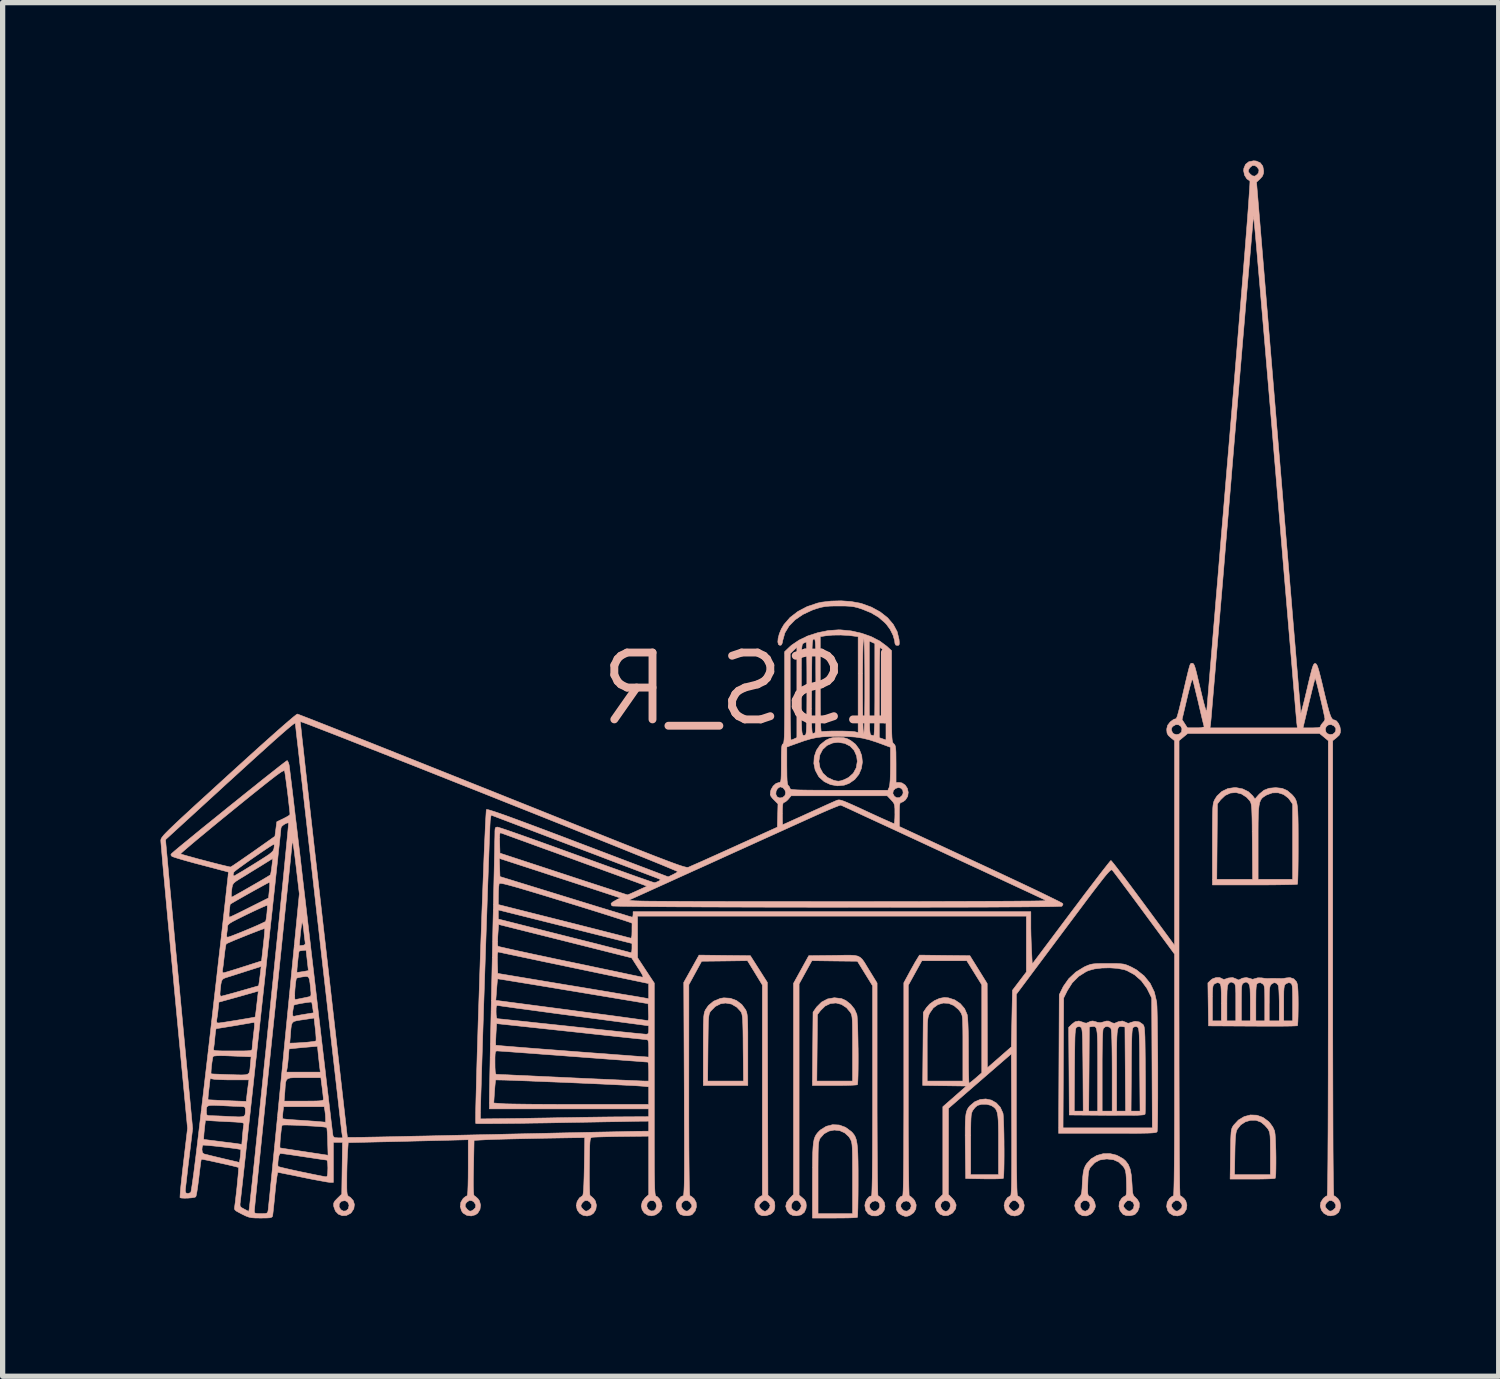
<source format=kicad_pcb>
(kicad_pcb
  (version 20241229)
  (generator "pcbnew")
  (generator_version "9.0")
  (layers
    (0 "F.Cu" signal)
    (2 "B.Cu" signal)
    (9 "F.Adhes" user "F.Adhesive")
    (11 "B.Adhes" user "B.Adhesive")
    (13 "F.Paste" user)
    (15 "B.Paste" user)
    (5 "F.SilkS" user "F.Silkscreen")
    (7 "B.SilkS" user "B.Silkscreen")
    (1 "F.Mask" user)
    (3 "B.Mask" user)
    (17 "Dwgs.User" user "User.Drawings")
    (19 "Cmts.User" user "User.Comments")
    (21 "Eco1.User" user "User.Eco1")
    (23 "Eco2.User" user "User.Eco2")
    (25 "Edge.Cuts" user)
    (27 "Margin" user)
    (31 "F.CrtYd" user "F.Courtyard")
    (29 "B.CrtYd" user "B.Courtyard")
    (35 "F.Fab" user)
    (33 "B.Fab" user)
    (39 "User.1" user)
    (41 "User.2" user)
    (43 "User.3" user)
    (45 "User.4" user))
  (footprint "LSS_R"
    (layer "F.Cu")
    (at 11.222 10.038)
    (property "Reference" "LSS_R" (at 0 0 0) (layer "B.SilkS") (effects (font (size 1.27 1.27) (thickness 0.15)) (justify mirror)))
    (attr through_hole)
    (fp_poly (pts (xy 1.561 0.925) (xy 1.492 0.941) (xy 1.424 0.973) (xy 1.413 0.98) (xy 1.311 1.062) (xy 1.239 1.168) (xy 1.198 1.289) (xy 1.19 1.417) (xy 1.216 1.543) (xy 1.278 1.659) (xy 1.293 1.679) (xy 1.39 1.764) (xy 1.508 1.819) (xy 1.637 1.842) (xy 1.766 1.83) (xy 1.858 1.797) (xy 1.967 1.722) (xy 2.046 1.624) (xy 2.094 1.511) (xy 2.113 1.39) (xy 2.111 1.376) (xy 2.016 1.376) (xy 1.996 1.499) (xy 1.94 1.603) (xy 1.851 1.683) (xy 1.764 1.726) (xy 1.701 1.747) (xy 1.658 1.754) (xy 1.612 1.748) (xy 1.562 1.735) (xy 1.45 1.683) (xy 1.363 1.602) (xy 1.307 1.498) (xy 1.286 1.377) (xy 1.286 1.376) (xy 1.305 1.254) (xy 1.358 1.152) (xy 1.441 1.075) (xy 1.549 1.028) (xy 1.651 1.016) (xy 1.775 1.035) (xy 1.878 1.087) (xy 1.956 1.169) (xy 2.003 1.275) (xy 2.016 1.376) (xy 2.111 1.376) (xy 2.1 1.268) (xy 2.056 1.153) (xy 1.981 1.051) (xy 1.889 0.98) (xy 1.819 0.944) (xy 1.751 0.926) (xy 1.665 0.921) (xy 1.651 0.921) (xy 1.561 0.925)) (stroke (width 0.01) (type solid)) (fill yes) (layer "B.SilkS"))
    (fp_poly (pts (xy 1.451 5.891) (xy 1.337 5.951) (xy 1.243 6.045) (xy 1.238 6.052) (xy 1.175 6.142) (xy 1.169 6.839) (xy 1.163 7.535) (xy 1.583 7.535) (xy 1.713 7.535) (xy 1.827 7.533) (xy 1.921 7.53) (xy 1.986 7.526) (xy 2.017 7.522) (xy 2.018 7.521) (xy 2.023 7.495) (xy 2.027 7.433) (xy 2.03 7.342) (xy 2.032 7.227) (xy 2.033 7.095) (xy 2.033 6.952) (xy 2.032 6.829) (xy 1.926 6.829) (xy 1.926 7.451) (xy 1.247 7.451) (xy 1.259 6.188) (xy 1.319 6.11) (xy 1.406 6.025) (xy 1.506 5.978) (xy 1.611 5.968) (xy 1.715 5.995) (xy 1.811 6.058) (xy 1.878 6.137) (xy 1.892 6.158) (xy 1.903 6.181) (xy 1.911 6.209) (xy 1.917 6.249) (xy 1.921 6.304) (xy 1.924 6.38) (xy 1.925 6.483) (xy 1.926 6.617) (xy 1.926 6.786) (xy 1.926 6.829) (xy 2.032 6.829) (xy 2.031 6.805) (xy 2.029 6.66) (xy 2.026 6.523) (xy 2.023 6.401) (xy 2.018 6.3) (xy 2.013 6.226) (xy 2.008 6.187) (xy 1.963 6.085) (xy 1.889 5.992) (xy 1.797 5.92) (xy 1.715 5.884) (xy 1.58 5.868) (xy 1.451 5.891)) (stroke (width 0.01) (type solid)) (fill yes) (layer "B.SilkS"))
    (fp_poly (pts (xy 1.517 -1.668) (xy 1.338 -1.647) (xy 1.261 -1.63) (xy 1.062 -1.563) (xy 0.886 -1.47) (xy 0.738 -1.356) (xy 0.623 -1.223) (xy 0.573 -1.139) (xy 0.534 -1.046) (xy 0.512 -0.961) (xy 0.506 -0.891) (xy 0.518 -0.843) (xy 0.547 -0.826) (xy 0.574 -0.835) (xy 0.591 -0.872) (xy 0.6 -0.921) (xy 0.64 -1.063) (xy 0.719 -1.194) (xy 0.834 -1.312) (xy 0.983 -1.414) (xy 1.161 -1.497) (xy 1.249 -1.527) (xy 1.329 -1.55) (xy 1.404 -1.564) (xy 1.488 -1.572) (xy 1.594 -1.575) (xy 1.672 -1.575) (xy 1.792 -1.574) (xy 1.882 -1.569) (xy 1.955 -1.559) (xy 2.025 -1.542) (xy 2.105 -1.516) (xy 2.106 -1.516) (xy 2.277 -1.446) (xy 2.416 -1.364) (xy 2.536 -1.261) (xy 2.572 -1.223) (xy 2.641 -1.128) (xy 2.695 -1.02) (xy 2.726 -0.915) (xy 2.731 -0.864) (xy 2.747 -0.832) (xy 2.776 -0.826) (xy 2.801 -0.829) (xy 2.813 -0.846) (xy 2.814 -0.886) (xy 2.809 -0.941) (xy 2.773 -1.088) (xy 2.699 -1.226) (xy 2.591 -1.352) (xy 2.451 -1.462) (xy 2.285 -1.553) (xy 2.095 -1.622) (xy 2.062 -1.63) (xy 1.896 -1.66) (xy 1.708 -1.673) (xy 1.517 -1.668)) (stroke (width 0.01) (type solid)) (fill yes) (layer "B.SilkS"))
    (fp_poly (pts (xy -0.587 5.881) (xy -0.714 5.934) (xy -0.813 6.016) (xy -0.868 6.096) (xy -0.88 6.122) (xy -0.889 6.15) (xy -0.896 6.185) (xy -0.902 6.233) (xy -0.905 6.299) (xy -0.908 6.386) (xy -0.909 6.501) (xy -0.91 6.648) (xy -0.91 6.832) (xy -0.91 6.857) (xy -0.91 7.535) (xy -0.064 7.535) (xy -0.064 7.451) (xy -0.146 7.451) (xy -0.827 7.451) (xy -0.821 6.817) (xy -0.819 6.636) (xy -0.817 6.493) (xy -0.815 6.382) (xy -0.812 6.298) (xy -0.807 6.238) (xy -0.801 6.195) (xy -0.793 6.165) (xy -0.783 6.143) (xy -0.771 6.124) (xy -0.771 6.124) (xy -0.682 6.034) (xy -0.578 5.982) (xy -0.487 5.969) (xy -0.373 5.989) (xy -0.272 6.049) (xy -0.203 6.124) (xy -0.19 6.143) (xy -0.18 6.165) (xy -0.173 6.195) (xy -0.167 6.237) (xy -0.162 6.298) (xy -0.159 6.381) (xy -0.156 6.491) (xy -0.154 6.635) (xy -0.153 6.815) (xy -0.153 6.817) (xy -0.146 7.451) (xy -0.064 7.451) (xy -0.064 6.857) (xy -0.064 6.669) (xy -0.064 6.518) (xy -0.066 6.399) (xy -0.068 6.308) (xy -0.072 6.24) (xy -0.077 6.19) (xy -0.084 6.153) (xy -0.093 6.125) (xy -0.104 6.1) (xy -0.106 6.096) (xy -0.179 5.996) (xy -0.279 5.921) (xy -0.396 5.878) (xy -0.52 5.87) (xy -0.587 5.881)) (stroke (width 0.01) (type solid)) (fill yes) (layer "B.SilkS"))
    (fp_poly (pts (xy 9.367 8.126) (xy 9.258 8.191) (xy 9.166 8.29) (xy 9.163 8.294) (xy 9.147 8.319) (xy 9.134 8.346) (xy 9.125 8.378) (xy 9.118 8.424) (xy 9.114 8.488) (xy 9.11 8.576) (xy 9.108 8.696) (xy 9.106 8.841) (xy 9.099 9.313) (xy 9.52 9.313) (xy 9.65 9.313) (xy 9.764 9.311) (xy 9.858 9.308) (xy 9.923 9.304) (xy 9.954 9.3) (xy 9.955 9.299) (xy 9.962 9.272) (xy 9.967 9.21) (xy 9.969 9.121) (xy 9.97 9.014) (xy 9.97 8.895) (xy 9.969 8.83) (xy 9.864 8.83) (xy 9.864 9.229) (xy 9.183 9.229) (xy 9.19 8.832) (xy 9.193 8.686) (xy 9.197 8.575) (xy 9.203 8.495) (xy 9.211 8.437) (xy 9.221 8.396) (xy 9.234 8.368) (xy 9.3 8.284) (xy 9.389 8.226) (xy 9.49 8.196) (xy 9.592 8.197) (xy 9.685 8.232) (xy 9.694 8.238) (xy 9.756 8.29) (xy 9.81 8.351) (xy 9.816 8.359) (xy 9.832 8.386) (xy 9.845 8.415) (xy 9.853 8.451) (xy 9.859 8.502) (xy 9.862 8.575) (xy 9.863 8.675) (xy 9.864 8.811) (xy 9.864 8.83) (xy 9.969 8.83) (xy 9.968 8.773) (xy 9.964 8.656) (xy 9.96 8.551) (xy 9.954 8.465) (xy 9.946 8.408) (xy 9.943 8.395) (xy 9.91 8.324) (xy 9.856 8.249) (xy 9.83 8.22) (xy 9.724 8.142) (xy 9.607 8.1) (xy 9.486 8.095) (xy 9.367 8.126)) (stroke (width 0.01) (type solid)) (fill yes) (layer "B.SilkS"))
    (fp_poly (pts (xy 4.35 7.801) (xy 4.245 7.846) (xy 4.155 7.923) (xy 4.129 7.954) (xy 4.109 7.987) (xy 4.093 8.026) (xy 4.081 8.077) (xy 4.073 8.143) (xy 4.068 8.23) (xy 4.066 8.343) (xy 4.066 8.487) (xy 4.067 8.666) (xy 4.068 8.742) (xy 4.075 9.303) (xy 4.425 9.309) (xy 4.543 9.31) (xy 4.646 9.309) (xy 4.726 9.307) (xy 4.776 9.303) (xy 4.79 9.3) (xy 4.795 9.274) (xy 4.799 9.213) (xy 4.802 9.122) (xy 4.804 9.009) (xy 4.805 8.879) (xy 4.805 8.74) (xy 4.804 8.656) (xy 4.699 8.656) (xy 4.699 9.229) (xy 4.17 9.229) (xy 4.17 8.652) (xy 4.17 8.479) (xy 4.171 8.344) (xy 4.173 8.24) (xy 4.176 8.163) (xy 4.18 8.107) (xy 4.187 8.067) (xy 4.196 8.038) (xy 4.207 8.014) (xy 4.211 8.008) (xy 4.252 7.955) (xy 4.297 7.916) (xy 4.301 7.914) (xy 4.378 7.892) (xy 4.469 7.892) (xy 4.552 7.913) (xy 4.579 7.927) (xy 4.613 7.95) (xy 4.64 7.976) (xy 4.66 8.009) (xy 4.675 8.053) (xy 4.686 8.114) (xy 4.693 8.197) (xy 4.697 8.306) (xy 4.699 8.447) (xy 4.699 8.624) (xy 4.699 8.656) (xy 4.804 8.656) (xy 4.804 8.599) (xy 4.802 8.461) (xy 4.799 8.333) (xy 4.795 8.222) (xy 4.791 8.134) (xy 4.786 8.076) (xy 4.783 8.06) (xy 4.733 7.949) (xy 4.657 7.867) (xy 4.563 7.813) (xy 4.458 7.791) (xy 4.35 7.801)) (stroke (width 0.01) (type solid)) (fill yes) (layer "B.SilkS"))
    (fp_poly (pts (xy 1.426 8.311) (xy 1.317 8.379) (xy 1.291 8.403) (xy 1.259 8.437) (xy 1.233 8.472) (xy 1.212 8.512) (xy 1.195 8.561) (xy 1.183 8.625) (xy 1.175 8.707) (xy 1.169 8.812) (xy 1.166 8.946) (xy 1.165 9.111) (xy 1.164 9.314) (xy 1.164 9.353) (xy 1.164 10.054) (xy 1.584 10.054) (xy 1.713 10.053) (xy 1.828 10.052) (xy 1.921 10.049) (xy 1.986 10.045) (xy 2.017 10.041) (xy 2.018 10.04) (xy 2.021 10.016) (xy 2.024 9.97) (xy 1.926 9.97) (xy 1.27 9.97) (xy 1.27 9.287) (xy 1.27 9.098) (xy 1.271 8.947) (xy 1.272 8.828) (xy 1.274 8.738) (xy 1.278 8.671) (xy 1.283 8.622) (xy 1.29 8.587) (xy 1.298 8.562) (xy 1.309 8.54) (xy 1.312 8.535) (xy 1.385 8.453) (xy 1.477 8.402) (xy 1.578 8.382) (xy 1.682 8.393) (xy 1.777 8.436) (xy 1.856 8.509) (xy 1.878 8.543) (xy 1.891 8.567) (xy 1.902 8.592) (xy 1.91 8.622) (xy 1.916 8.663) (xy 1.92 8.72) (xy 1.923 8.796) (xy 1.925 8.898) (xy 1.925 9.03) (xy 1.926 9.196) (xy 1.926 9.297) (xy 1.926 9.97) (xy 2.024 9.97) (xy 2.024 9.955) (xy 2.027 9.862) (xy 2.029 9.742) (xy 2.031 9.601) (xy 2.032 9.443) (xy 2.032 9.356) (xy 2.032 9.146) (xy 2.03 8.973) (xy 2.026 8.833) (xy 2.02 8.722) (xy 2.01 8.635) (xy 1.997 8.568) (xy 1.979 8.515) (xy 1.956 8.473) (xy 1.927 8.436) (xy 1.9 8.409) (xy 1.791 8.329) (xy 1.671 8.286) (xy 1.547 8.28) (xy 1.426 8.311)) (stroke (width 0.01) (type solid)) (fill yes) (layer "B.SilkS"))
    (fp_poly (pts (xy 6.653 5.218) (xy 6.565 5.22) (xy 6.5 5.225) (xy 6.449 5.234) (xy 6.403 5.25) (xy 6.351 5.272) (xy 6.324 5.285) (xy 6.167 5.381) (xy 6.033 5.507) (xy 5.929 5.655) (xy 5.915 5.684) (xy 5.853 5.81) (xy 5.847 7.128) (xy 5.841 8.445) (xy 6.77 8.445) (xy 6.995 8.445) (xy 7.181 8.445) (xy 7.332 8.444) (xy 7.451 8.442) (xy 7.543 8.44) (xy 7.61 8.437) (xy 7.657 8.433) (xy 7.688 8.428) (xy 7.705 8.421) (xy 7.712 8.413) (xy 7.713 8.412) (xy 7.716 8.382) (xy 7.718 8.34) (xy 7.621 8.34) (xy 5.925 8.34) (xy 5.931 7.106) (xy 5.937 5.873) (xy 6.007 5.732) (xy 6.1 5.585) (xy 6.222 5.462) (xy 6.364 5.372) (xy 6.409 5.352) (xy 6.522 5.321) (xy 6.66 5.304) (xy 6.809 5.3) (xy 6.955 5.31) (xy 7.083 5.334) (xy 7.137 5.352) (xy 7.284 5.432) (xy 7.413 5.546) (xy 7.516 5.686) (xy 7.54 5.732) (xy 7.609 5.873) (xy 7.615 7.106) (xy 7.621 8.34) (xy 7.718 8.34) (xy 7.719 8.315) (xy 7.721 8.214) (xy 7.723 8.085) (xy 7.724 7.933) (xy 7.725 7.762) (xy 7.725 7.576) (xy 7.725 7.382) (xy 7.725 7.182) (xy 7.724 6.982) (xy 7.722 6.786) (xy 7.72 6.6) (xy 7.718 6.428) (xy 7.716 6.274) (xy 7.713 6.144) (xy 7.71 6.042) (xy 7.706 5.972) (xy 7.704 5.948) (xy 7.66 5.76) (xy 7.58 5.595) (xy 7.465 5.453) (xy 7.319 5.337) (xy 7.223 5.285) (xy 7.166 5.259) (xy 7.118 5.24) (xy 7.07 5.228) (xy 7.013 5.222) (xy 6.936 5.218) (xy 6.832 5.218) (xy 6.773 5.218) (xy 6.653 5.218)) (stroke (width 0.01) (type solid)) (fill yes) (layer "B.SilkS"))
    (fp_poly (pts (xy 9.056 1.894) (xy 8.942 1.949) (xy 8.85 2.035) (xy 8.812 2.094) (xy 8.799 2.119) (xy 8.789 2.143) (xy 8.781 2.173) (xy 8.775 2.21) (xy 8.77 2.261) (xy 8.767 2.331) (xy 8.765 2.422) (xy 8.764 2.54) (xy 8.763 2.69) (xy 8.763 2.876) (xy 8.763 2.956) (xy 8.763 3.725) (xy 9.564 3.725) (xy 9.744 3.725) (xy 9.911 3.724) (xy 10.059 3.722) (xy 10.185 3.72) (xy 10.283 3.718) (xy 10.349 3.715) (xy 10.378 3.712) (xy 10.379 3.711) (xy 10.382 3.687) (xy 10.385 3.626) (xy 10.388 3.533) (xy 10.39 3.411) (xy 10.392 3.268) (xy 10.393 3.106) (xy 10.393 2.959) (xy 10.393 2.75) (xy 10.392 2.578) (xy 10.389 2.44) (xy 10.385 2.331) (xy 10.378 2.245) (xy 10.37 2.19) (xy 10.287 2.19) (xy 10.287 3.619) (xy 9.631 3.619) (xy 9.527 3.619) (xy 8.846 3.619) (xy 8.858 2.187) (xy 8.919 2.107) (xy 9.005 2.025) (xy 9.105 1.979) (xy 9.211 1.97) (xy 9.316 1.997) (xy 9.413 2.06) (xy 9.47 2.123) (xy 9.482 2.141) (xy 9.492 2.162) (xy 9.499 2.189) (xy 9.505 2.229) (xy 9.51 2.285) (xy 9.513 2.363) (xy 9.516 2.465) (xy 9.518 2.598) (xy 9.519 2.766) (xy 9.521 2.901) (xy 9.527 3.619) (xy 9.631 3.619) (xy 9.631 2.915) (xy 9.631 2.709) (xy 9.632 2.541) (xy 9.635 2.406) (xy 9.64 2.301) (xy 9.649 2.22) (xy 9.662 2.159) (xy 9.679 2.114) (xy 9.702 2.08) (xy 9.732 2.054) (xy 9.769 2.03) (xy 9.792 2.016) (xy 9.901 1.976) (xy 10.012 1.974) (xy 10.116 2.007) (xy 10.205 2.075) (xy 10.235 2.114) (xy 10.287 2.19) (xy 10.37 2.19) (xy 10.368 2.179) (xy 10.355 2.129) (xy 10.337 2.088) (xy 10.314 2.054) (xy 10.286 2.021) (xy 10.27 2.004) (xy 10.183 1.931) (xy 10.088 1.89) (xy 9.97 1.877) (xy 9.959 1.877) (xy 9.839 1.888) (xy 9.742 1.926) (xy 9.657 1.996) (xy 9.636 2.018) (xy 9.572 2.091) (xy 9.527 2.03) (xy 9.446 1.953) (xy 9.337 1.9) (xy 9.213 1.876) (xy 9.184 1.875) (xy 9.056 1.894)) (stroke (width 0.01) (type solid)) (fill yes) (layer "B.SilkS"))
    (fp_poly (pts (xy 1.784 5.06) (xy 1.647 5.063) (xy 1.57 5.064) (xy 1.094 5.069) (xy 0.949 5.332) (xy 0.804 5.595) (xy 0.804 9.605) (xy 0.73 9.68) (xy 0.673 9.756) (xy 0.656 9.832) (xy 0.681 9.912) (xy 0.681 9.913) (xy 0.728 9.974) (xy 0.792 10.005) (xy 0.859 10.011) (xy 0.947 9.994) (xy 1.009 9.945) (xy 1.042 9.868) (xy 1.046 9.821) (xy 0.953 9.821) (xy 0.938 9.866) (xy 0.905 9.908) (xy 0.867 9.927) (xy 0.865 9.927) (xy 0.831 9.918) (xy 0.803 9.905) (xy 0.768 9.867) (xy 0.762 9.816) (xy 0.78 9.765) (xy 0.819 9.727) (xy 0.865 9.716) (xy 0.902 9.733) (xy 0.936 9.773) (xy 0.952 9.819) (xy 0.953 9.821) (xy 1.046 9.821) (xy 1.047 9.817) (xy 1.04 9.753) (xy 1.013 9.706) (xy 0.978 9.674) (xy 0.91 9.617) (xy 0.91 5.607) (xy 1.032 5.385) (xy 1.154 5.164) (xy 1.586 5.17) (xy 2.018 5.175) (xy 2.306 5.641) (xy 2.307 7.636) (xy 2.307 8.014) (xy 2.306 8.35) (xy 2.305 8.646) (xy 2.304 8.901) (xy 2.302 9.117) (xy 2.3 9.294) (xy 2.297 9.433) (xy 2.294 9.535) (xy 2.291 9.6) (xy 2.286 9.629) (xy 2.285 9.631) (xy 2.241 9.649) (xy 2.199 9.697) (xy 2.169 9.759) (xy 2.159 9.816) (xy 2.176 9.908) (xy 2.224 9.975) (xy 2.296 10.011) (xy 2.386 10.013) (xy 2.407 10.008) (xy 2.479 9.97) (xy 2.525 9.907) (xy 2.542 9.832) (xy 2.442 9.832) (xy 2.424 9.877) (xy 2.376 9.919) (xy 2.321 9.922) (xy 2.277 9.894) (xy 2.246 9.84) (xy 2.256 9.786) (xy 2.295 9.746) (xy 2.354 9.727) (xy 2.404 9.74) (xy 2.436 9.779) (xy 2.442 9.832) (xy 2.542 9.832) (xy 2.542 9.831) (xy 2.528 9.753) (xy 2.484 9.687) (xy 2.443 9.65) (xy 2.413 9.631) (xy 2.41 9.631) (xy 2.407 9.61) (xy 2.405 9.55) (xy 2.403 9.453) (xy 2.4 9.322) (xy 2.398 9.161) (xy 2.397 8.971) (xy 2.395 8.756) (xy 2.394 8.518) (xy 2.393 8.26) (xy 2.392 7.986) (xy 2.392 7.698) (xy 2.392 7.61) (xy 2.392 5.589) (xy 2.252 5.361) (xy 2.194 5.266) (xy 2.15 5.193) (xy 2.111 5.139) (xy 2.072 5.102) (xy 2.027 5.078) (xy 1.968 5.065) (xy 1.889 5.06) (xy 1.784 5.06)) (stroke (width 0.01) (type solid)) (fill yes) (layer "B.SilkS"))
    (fp_poly (pts (xy -1.136 5.318) (xy -1.281 5.577) (xy -1.272 7.604) (xy -1.271 7.946) (xy -1.27 8.247) (xy -1.269 8.512) (xy -1.269 8.741) (xy -1.269 8.937) (xy -1.269 9.103) (xy -1.27 9.241) (xy -1.271 9.354) (xy -1.273 9.443) (xy -1.276 9.512) (xy -1.279 9.563) (xy -1.282 9.597) (xy -1.286 9.619) (xy -1.291 9.629) (xy -1.295 9.631) (xy -1.336 9.648) (xy -1.379 9.692) (xy -1.414 9.747) (xy -1.425 9.777) (xy -1.424 9.842) (xy -1.4 9.913) (xy -1.361 9.97) (xy -1.337 9.989) (xy -1.274 10.007) (xy -1.201 10.009) (xy -1.138 9.995) (xy -1.12 9.985) (xy -1.065 9.92) (xy -1.04 9.84) (xy -1.128 9.84) (xy -1.16 9.881) (xy -1.164 9.885) (xy -1.206 9.919) (xy -1.241 9.922) (xy -1.287 9.892) (xy -1.292 9.888) (xy -1.326 9.839) (xy -1.326 9.785) (xy -1.293 9.74) (xy -1.256 9.723) (xy -1.205 9.722) (xy -1.164 9.753) (xy -1.161 9.757) (xy -1.129 9.804) (xy -1.128 9.84) (xy -1.04 9.84) (xy -1.04 9.84) (xy -1.046 9.758) (xy -1.084 9.688) (xy -1.089 9.683) (xy -1.13 9.648) (xy -1.161 9.631) (xy -1.163 9.631) (xy -1.167 9.613) (xy -1.171 9.56) (xy -1.174 9.471) (xy -1.177 9.344) (xy -1.179 9.18) (xy -1.181 8.977) (xy -1.183 8.735) (xy -1.184 8.453) (xy -1.185 8.13) (xy -1.185 7.766) (xy -1.185 7.625) (xy -1.184 5.62) (xy -0.941 5.175) (xy -0.506 5.17) (xy -0.071 5.164) (xy 0.071 5.395) (xy 0.212 5.626) (xy 0.212 9.624) (xy 0.161 9.651) (xy 0.101 9.704) (xy 0.071 9.777) (xy 0.07 9.857) (xy 0.1 9.934) (xy 0.146 9.985) (xy 0.208 10.009) (xy 0.285 10.008) (xy 0.36 9.985) (xy 0.393 9.963) (xy 0.432 9.919) (xy 0.448 9.866) (xy 0.45 9.821) (xy 0.45 9.818) (xy 0.36 9.818) (xy 0.345 9.861) (xy 0.309 9.903) (xy 0.269 9.926) (xy 0.261 9.927) (xy 0.226 9.913) (xy 0.191 9.885) (xy 0.159 9.847) (xy 0.148 9.821) (xy 0.164 9.789) (xy 0.199 9.75) (xy 0.239 9.722) (xy 0.258 9.716) (xy 0.298 9.732) (xy 0.338 9.77) (xy 0.359 9.811) (xy 0.36 9.818) (xy 0.45 9.818) (xy 0.445 9.755) (xy 0.422 9.709) (xy 0.384 9.673) (xy 0.318 9.618) (xy 0.313 7.598) (xy 0.307 5.577) (xy -0.016 5.069) (xy -0.503 5.064) (xy -0.991 5.058) (xy -1.136 5.318)) (stroke (width 0.01) (type solid)) (fill yes) (layer "B.SilkS"))
    (fp_poly (pts (xy 6.688 8.831) (xy 6.566 8.865) (xy 6.458 8.929) (xy 6.373 9.022) (xy 6.347 9.065) (xy 6.324 9.12) (xy 6.309 9.188) (xy 6.298 9.278) (xy 6.291 9.385) (xy 6.286 9.488) (xy 6.28 9.557) (xy 6.27 9.602) (xy 6.256 9.632) (xy 6.234 9.656) (xy 6.221 9.667) (xy 6.164 9.739) (xy 6.146 9.82) (xy 6.169 9.904) (xy 6.225 9.973) (xy 6.297 10.01) (xy 6.375 10.013) (xy 6.45 9.98) (xy 6.486 9.947) (xy 6.521 9.891) (xy 6.54 9.838) (xy 6.54 9.829) (xy 6.536 9.804) (xy 6.439 9.804) (xy 6.43 9.858) (xy 6.396 9.901) (xy 6.348 9.925) (xy 6.304 9.911) (xy 6.277 9.886) (xy 6.25 9.831) (xy 6.258 9.775) (xy 6.296 9.734) (xy 6.322 9.723) (xy 6.38 9.725) (xy 6.421 9.756) (xy 6.439 9.804) (xy 6.536 9.804) (xy 6.527 9.76) (xy 6.495 9.695) (xy 6.451 9.649) (xy 6.433 9.641) (xy 6.414 9.632) (xy 6.402 9.616) (xy 6.395 9.585) (xy 6.393 9.531) (xy 6.394 9.447) (xy 6.396 9.387) (xy 6.4 9.278) (xy 6.407 9.201) (xy 6.417 9.149) (xy 6.432 9.111) (xy 6.447 9.087) (xy 6.529 9.001) (xy 6.623 8.951) (xy 6.74 8.933) (xy 6.763 8.932) (xy 6.884 8.946) (xy 6.982 8.99) (xy 7.065 9.07) (xy 7.078 9.087) (xy 7.098 9.12) (xy 7.112 9.161) (xy 7.121 9.218) (xy 7.127 9.302) (xy 7.13 9.389) (xy 7.132 9.505) (xy 7.129 9.581) (xy 7.121 9.622) (xy 7.113 9.631) (xy 7.083 9.645) (xy 7.041 9.678) (xy 7.037 9.683) (xy 6.995 9.752) (xy 6.987 9.833) (xy 7.009 9.913) (xy 7.062 9.98) (xy 7.068 9.985) (xy 7.123 10.006) (xy 7.196 10.009) (xy 7.266 9.995) (xy 7.296 9.98) (xy 7.344 9.925) (xy 7.372 9.85) (xy 7.373 9.805) (xy 7.276 9.805) (xy 7.265 9.862) (xy 7.249 9.886) (xy 7.201 9.922) (xy 7.155 9.918) (xy 7.112 9.885) (xy 7.078 9.843) (xy 7.075 9.808) (xy 7.105 9.762) (xy 7.108 9.757) (xy 7.149 9.723) (xy 7.199 9.722) (xy 7.203 9.723) (xy 7.254 9.754) (xy 7.276 9.805) (xy 7.373 9.805) (xy 7.374 9.775) (xy 7.368 9.753) (xy 7.336 9.7) (xy 7.297 9.66) (xy 7.274 9.639) (xy 7.258 9.612) (xy 7.248 9.572) (xy 7.241 9.509) (xy 7.236 9.414) (xy 7.234 9.386) (xy 7.222 9.238) (xy 7.2 9.124) (xy 7.165 9.037) (xy 7.114 8.969) (xy 7.065 8.926) (xy 6.945 8.86) (xy 6.817 8.829) (xy 6.688 8.831)) (stroke (width 0.01) (type solid)) (fill yes) (layer "B.SilkS"))
    (fp_poly (pts (xy 6.449 6.315) (xy 6.417 6.33) (xy 6.368 6.351) (xy 6.326 6.344) (xy 6.308 6.335) (xy 6.226 6.31) (xy 6.153 6.325) (xy 6.094 6.37) (xy 6.032 6.432) (xy 6.038 7.264) (xy 6.043 8.096) (xy 6.758 8.102) (xy 6.957 8.103) (xy 7.118 8.103) (xy 7.244 8.103) (xy 7.339 8.101) (xy 7.407 8.097) (xy 7.451 8.093) (xy 7.475 8.086) (xy 7.484 8.079) (xy 7.486 8.053) (xy 7.487 8.022) (xy 7.388 8.022) (xy 7.217 8.022) (xy 7.113 8.022) (xy 6.943 8.022) (xy 6.943 7.259) (xy 6.858 7.259) (xy 6.858 8.022) (xy 6.668 8.022) (xy 6.668 7.259) (xy 6.668 7.242) (xy 6.583 7.242) (xy 6.583 8.022) (xy 6.413 8.022) (xy 6.308 8.022) (xy 6.138 8.022) (xy 6.143 7.236) (xy 6.145 7.032) (xy 6.147 6.866) (xy 6.149 6.734) (xy 6.151 6.632) (xy 6.154 6.557) (xy 6.159 6.503) (xy 6.164 6.467) (xy 6.171 6.444) (xy 6.18 6.432) (xy 6.186 6.426) (xy 6.231 6.414) (xy 6.26 6.426) (xy 6.27 6.435) (xy 6.278 6.451) (xy 6.284 6.478) (xy 6.289 6.52) (xy 6.293 6.581) (xy 6.296 6.665) (xy 6.298 6.777) (xy 6.3 6.921) (xy 6.302 7.1) (xy 6.303 7.236) (xy 6.308 8.022) (xy 6.413 8.022) (xy 6.419 7.223) (xy 6.424 6.424) (xy 6.473 6.417) (xy 6.5 6.414) (xy 6.523 6.415) (xy 6.541 6.425) (xy 6.555 6.446) (xy 6.565 6.484) (xy 6.573 6.541) (xy 6.578 6.622) (xy 6.581 6.731) (xy 6.582 6.87) (xy 6.583 7.045) (xy 6.583 7.242) (xy 6.668 7.242) (xy 6.668 7.037) (xy 6.67 6.848) (xy 6.673 6.694) (xy 6.677 6.576) (xy 6.682 6.496) (xy 6.688 6.457) (xy 6.689 6.454) (xy 6.727 6.421) (xy 6.763 6.413) (xy 6.813 6.43) (xy 6.836 6.454) (xy 6.842 6.488) (xy 6.848 6.562) (xy 6.852 6.675) (xy 6.855 6.824) (xy 6.857 7.008) (xy 6.858 7.224) (xy 6.858 7.259) (xy 6.943 7.259) (xy 6.943 7.242) (xy 6.943 7.031) (xy 6.943 6.859) (xy 6.945 6.722) (xy 6.948 6.616) (xy 6.953 6.537) (xy 6.961 6.481) (xy 6.971 6.444) (xy 6.986 6.424) (xy 7.004 6.415) (xy 7.027 6.414) (xy 7.053 6.417) (xy 7.101 6.424) (xy 7.107 7.223) (xy 7.113 8.022) (xy 7.217 8.022) (xy 7.223 7.236) (xy 7.224 7.032) (xy 7.226 6.866) (xy 7.228 6.734) (xy 7.231 6.632) (xy 7.234 6.557) (xy 7.238 6.503) (xy 7.244 6.467) (xy 7.251 6.444) (xy 7.259 6.432) (xy 7.265 6.426) (xy 7.311 6.414) (xy 7.34 6.426) (xy 7.349 6.435) (xy 7.357 6.451) (xy 7.363 6.478) (xy 7.368 6.52) (xy 7.372 6.581) (xy 7.375 6.665) (xy 7.378 6.777) (xy 7.38 6.921) (xy 7.381 7.1) (xy 7.382 7.236) (xy 7.388 8.022) (xy 7.487 8.022) (xy 7.488 7.988) (xy 7.489 7.891) (xy 7.49 7.766) (xy 7.49 7.617) (xy 7.49 7.451) (xy 7.489 7.27) (xy 7.488 7.235) (xy 7.487 7.026) (xy 7.485 6.856) (xy 7.483 6.72) (xy 7.481 6.614) (xy 7.477 6.534) (xy 7.473 6.475) (xy 7.468 6.434) (xy 7.461 6.406) (xy 7.453 6.388) (xy 7.443 6.375) (xy 7.375 6.328) (xy 7.293 6.316) (xy 7.221 6.335) (xy 7.173 6.353) (xy 7.139 6.347) (xy 7.122 6.336) (xy 7.052 6.31) (xy 6.973 6.324) (xy 6.945 6.337) (xy 6.902 6.354) (xy 6.861 6.346) (xy 6.835 6.332) (xy 6.788 6.311) (xy 6.743 6.312) (xy 6.701 6.325) (xy 6.636 6.342) (xy 6.578 6.335) (xy 6.55 6.325) (xy 6.492 6.31) (xy 6.449 6.315)) (stroke (width 0.01) (type solid)) (fill yes) (layer "B.SilkS"))
    (fp_poly (pts (xy 9.329 5.497) (xy 9.302 5.512) (xy 9.263 5.531) (xy 9.229 5.519) (xy 9.219 5.512) (xy 9.147 5.484) (xy 9.061 5.494) (xy 9.028 5.507) (xy 8.981 5.521) (xy 8.95 5.509) (xy 8.949 5.507) (xy 8.899 5.484) (xy 8.832 5.485) (xy 8.766 5.508) (xy 8.73 5.535) (xy 8.677 5.587) (xy 8.683 5.995) (xy 8.689 6.403) (xy 9.527 6.408) (xy 9.711 6.409) (xy 9.882 6.409) (xy 10.035 6.409) (xy 10.165 6.408) (xy 10.269 6.406) (xy 10.34 6.403) (xy 10.376 6.401) (xy 10.378 6.4) (xy 10.383 6.375) (xy 10.387 6.315) (xy 10.39 6.226) (xy 10.392 6.117) (xy 10.393 6.007) (xy 10.393 5.959) (xy 10.287 5.959) (xy 10.287 6.308) (xy 10.118 6.308) (xy 10.118 5.989) (xy 10.033 5.989) (xy 10.033 6.308) (xy 9.842 6.308) (xy 9.842 5.98) (xy 9.843 5.97) (xy 9.758 5.97) (xy 9.758 6.308) (xy 9.588 6.308) (xy 9.588 5.971) (xy 9.483 5.971) (xy 9.483 6.308) (xy 9.313 6.308) (xy 9.313 5.959) (xy 9.207 5.959) (xy 9.207 6.308) (xy 9.038 6.308) (xy 9.038 5.971) (xy 9.038 5.959) (xy 8.932 5.959) (xy 8.932 6.308) (xy 8.763 6.308) (xy 8.763 5.97) (xy 8.763 5.843) (xy 8.765 5.752) (xy 8.768 5.69) (xy 8.774 5.649) (xy 8.784 5.625) (xy 8.798 5.609) (xy 8.809 5.601) (xy 8.858 5.581) (xy 8.893 5.59) (xy 8.908 5.601) (xy 8.918 5.62) (xy 8.925 5.655) (xy 8.929 5.71) (xy 8.932 5.793) (xy 8.932 5.91) (xy 8.932 5.959) (xy 9.038 5.959) (xy 9.039 5.839) (xy 9.041 5.743) (xy 9.046 5.677) (xy 9.053 5.635) (xy 9.064 5.609) (xy 9.071 5.6) (xy 9.103 5.573) (xy 9.13 5.571) (xy 9.167 5.589) (xy 9.182 5.6) (xy 9.193 5.618) (xy 9.2 5.65) (xy 9.204 5.702) (xy 9.207 5.781) (xy 9.207 5.893) (xy 9.207 5.959) (xy 9.313 5.959) (xy 9.314 5.83) (xy 9.315 5.736) (xy 9.318 5.672) (xy 9.324 5.631) (xy 9.333 5.607) (xy 9.346 5.593) (xy 9.354 5.589) (xy 9.395 5.57) (xy 9.421 5.575) (xy 9.449 5.6) (xy 9.462 5.62) (xy 9.472 5.653) (xy 9.478 5.707) (xy 9.481 5.787) (xy 9.483 5.899) (xy 9.483 5.971) (xy 9.588 5.971) (xy 9.588 5.959) (xy 9.589 5.829) (xy 9.59 5.735) (xy 9.594 5.671) (xy 9.6 5.63) (xy 9.609 5.606) (xy 9.622 5.593) (xy 9.628 5.59) (xy 9.674 5.582) (xy 9.712 5.601) (xy 9.729 5.615) (xy 9.742 5.634) (xy 9.75 5.665) (xy 9.755 5.714) (xy 9.757 5.788) (xy 9.758 5.894) (xy 9.758 5.97) (xy 9.843 5.97) (xy 9.843 5.854) (xy 9.845 5.763) (xy 9.849 5.7) (xy 9.856 5.659) (xy 9.867 5.632) (xy 9.882 5.612) (xy 9.884 5.61) (xy 9.935 5.581) (xy 9.982 5.593) (xy 10.012 5.631) (xy 10.02 5.665) (xy 10.026 5.733) (xy 10.03 5.826) (xy 10.033 5.936) (xy 10.033 5.989) (xy 10.118 5.989) (xy 10.118 5.97) (xy 10.118 5.843) (xy 10.119 5.752) (xy 10.123 5.69) (xy 10.129 5.649) (xy 10.139 5.625) (xy 10.153 5.609) (xy 10.163 5.601) (xy 10.213 5.581) (xy 10.248 5.59) (xy 10.262 5.601) (xy 10.273 5.62) (xy 10.28 5.655) (xy 10.284 5.71) (xy 10.286 5.793) (xy 10.287 5.91) (xy 10.287 5.959) (xy 10.393 5.959) (xy 10.392 5.86) (xy 10.389 5.75) (xy 10.384 5.67) (xy 10.377 5.615) (xy 10.365 5.576) (xy 10.361 5.566) (xy 10.309 5.509) (xy 10.236 5.485) (xy 10.165 5.492) (xy 10.108 5.502) (xy 10.07 5.503) (xy 10.02 5.502) (xy 9.948 5.501) (xy 9.872 5.501) (xy 9.813 5.503) (xy 9.805 5.503) (xy 9.759 5.5) (xy 9.699 5.491) (xy 9.698 5.491) (xy 9.625 5.489) (xy 9.579 5.503) (xy 9.526 5.518) (xy 9.487 5.505) (xy 9.407 5.484) (xy 9.329 5.497)) (stroke (width 0.01) (type solid)) (fill yes) (layer "B.SilkS"))
    (fp_poly (pts (xy 9.456 -10.016) (xy 9.393 -9.967) (xy 9.36 -9.89) (xy 9.356 -9.843) (xy 9.373 -9.76) (xy 9.417 -9.69) (xy 9.475 -9.65) (xy 9.476 -9.628) (xy 9.473 -9.564) (xy 9.466 -9.459) (xy 9.456 -9.312) (xy 9.443 -9.125) (xy 9.426 -8.898) (xy 9.405 -8.631) (xy 9.381 -8.324) (xy 9.353 -7.978) (xy 9.322 -7.594) (xy 9.287 -7.171) (xy 9.249 -6.71) (xy 9.208 -6.211) (xy 9.164 -5.675) (xy 9.116 -5.102) (xy 9.078 -4.646) (xy 9.039 -4.189) (xy 9.002 -3.743) (xy 8.966 -3.31) (xy 8.93 -2.89) (xy 8.897 -2.488) (xy 8.865 -2.103) (xy 8.834 -1.739) (xy 8.806 -1.396) (xy 8.779 -1.077) (xy 8.755 -0.784) (xy 8.733 -0.519) (xy 8.713 -0.282) (xy 8.696 -0.077) (xy 8.682 0.094) (xy 8.67 0.231) (xy 8.662 0.331) (xy 8.657 0.392) (xy 8.656 0.413) (xy 8.652 0.427) (xy 8.641 0.407) (xy 8.623 0.353) (xy 8.598 0.262) (xy 8.566 0.134) (xy 8.526 -0.033) (xy 8.487 -0.196) (xy 8.459 -0.313) (xy 8.437 -0.395) (xy 8.419 -0.448) (xy 8.403 -0.476) (xy 8.386 -0.486) (xy 8.381 -0.487) (xy 8.367 -0.487) (xy 8.356 -0.484) (xy 8.346 -0.474) (xy 8.335 -0.451) (xy 8.323 -0.411) (xy 8.306 -0.349) (xy 8.284 -0.259) (xy 8.255 -0.138) (xy 8.223 0) (xy 8.184 0.168) (xy 8.152 0.3) (xy 8.128 0.399) (xy 8.109 0.47) (xy 8.095 0.519) (xy 8.083 0.549) (xy 8.073 0.564) (xy 8.064 0.57) (xy 8.053 0.571) (xy 8.051 0.572) (xy 8.017 0.586) (xy 7.97 0.621) (xy 7.957 0.633) (xy 7.912 0.692) (xy 7.896 0.757) (xy 7.895 0.781) (xy 7.901 0.841) (xy 7.925 0.885) (xy 7.969 0.925) (xy 8.043 0.984) (xy 8.043 2.928) (xy 8.043 4.872) (xy 7.449 4.066) (xy 7.329 3.904) (xy 7.216 3.752) (xy 7.113 3.615) (xy 7.022 3.496) (xy 6.947 3.397) (xy 6.889 3.323) (xy 6.85 3.276) (xy 6.835 3.26) (xy 6.819 3.276) (xy 6.78 3.324) (xy 6.721 3.399) (xy 6.643 3.499) (xy 6.549 3.622) (xy 6.441 3.763) (xy 6.321 3.92) (xy 6.193 4.091) (xy 6.078 4.243) (xy 5.34 5.227) (xy 5.327 4.97) (xy 5.321 4.837) (xy 5.316 4.689) (xy 5.313 4.547) (xy 5.313 4.473) (xy 5.313 4.233) (xy -2.244 4.233) (xy -2.244 4.286) (xy -2.249 4.325) (xy -2.26 4.338) (xy -2.282 4.331) (xy -2.342 4.314) (xy -2.434 4.285) (xy -2.557 4.248) (xy -2.707 4.202) (xy -2.879 4.15) (xy -3.07 4.091) (xy -3.278 4.027) (xy -3.498 3.959) (xy -3.524 3.951) (xy -4.773 3.566) (xy -4.779 3.394) (xy -4.785 3.221) (xy -4.303 3.378) (xy -4.155 3.426) (xy -3.977 3.484) (xy -3.78 3.549) (xy -3.574 3.616) (xy -3.369 3.683) (xy -3.177 3.746) (xy -3.154 3.753) (xy -2.487 3.972) (xy -2.577 4.018) (xy -2.637 4.053) (xy -2.663 4.079) (xy -2.658 4.104) (xy -2.642 4.123) (xy -2.618 4.126) (xy -2.555 4.128) (xy -2.454 4.131) (xy -2.318 4.133) (xy -2.15 4.135) (xy -1.952 4.137) (xy -1.726 4.139) (xy -1.474 4.141) (xy -1.2 4.142) (xy -0.906 4.144) (xy -0.594 4.145) (xy -0.266 4.146) (xy 0.075 4.147) (xy 0.426 4.148) (xy 0.785 4.148) (xy 1.15 4.149) (xy 1.518 4.149) (xy 1.887 4.15) (xy 2.254 4.15) (xy 2.617 4.15) (xy 2.973 4.149) (xy 3.321 4.149) (xy 3.657 4.148) (xy 3.979 4.148) (xy 4.284 4.147) (xy 4.571 4.146) (xy 4.836 4.144) (xy 5.078 4.143) (xy 5.294 4.141) (xy 5.481 4.14) (xy 5.637 4.138) (xy 5.759 4.136) (xy 5.846 4.133) (xy 5.894 4.131) (xy 5.903 4.129) (xy 5.923 4.098) (xy 5.921 4.081) (xy 5.901 4.067) (xy 5.845 4.037) (xy 5.816 4.023) (xy 5.609 4.023) (xy 5.592 4.025) (xy 5.534 4.027) (xy 5.437 4.029) (xy 5.304 4.031) (xy 5.135 4.032) (xy 4.933 4.034) (xy 4.699 4.035) (xy 4.435 4.036) (xy 4.144 4.037) (xy 3.826 4.038) (xy 3.484 4.039) (xy 3.119 4.04) (xy 2.734 4.04) (xy 2.329 4.041) (xy 1.907 4.041) (xy 1.63 4.041) (xy 1.146 4.041) (xy 0.703 4.04) (xy 0.298 4.04) (xy -0.069 4.04) (xy -0.401 4.04) (xy -0.699 4.039) (xy -0.966 4.039) (xy -1.202 4.038) (xy -1.409 4.037) (xy -1.59 4.036) (xy -1.746 4.035) (xy -1.879 4.034) (xy -1.99 4.033) (xy -2.081 4.031) (xy -2.154 4.029) (xy -2.211 4.027) (xy -2.253 4.024) (xy -2.283 4.021) (xy -2.301 4.018) (xy -2.31 4.015) (xy -2.311 4.011) (xy -2.306 4.007) (xy -2.297 4.002) (xy -2.297 4.002) (xy -2.264 3.987) (xy -2.195 3.956) (xy -2.093 3.91) (xy -1.96 3.85) (xy -1.8 3.777) (xy -1.738 3.749) (xy -1.98 3.749) (xy -2.159 3.831) (xy -2.239 3.867) (xy -2.302 3.895) (xy -2.342 3.911) (xy -2.349 3.914) (xy -2.371 3.907) (xy -2.429 3.889) (xy -2.52 3.859) (xy -2.641 3.82) (xy -2.789 3.772) (xy -2.958 3.717) (xy -3.147 3.655) (xy -3.352 3.588) (xy -3.567 3.517) (xy -4.773 3.121) (xy -4.779 2.923) (xy -4.781 2.828) (xy -4.778 2.769) (xy -4.771 2.74) (xy -4.758 2.736) (xy -4.758 2.736) (xy -4.734 2.745) (xy -4.673 2.767) (xy -4.58 2.801) (xy -4.457 2.846) (xy -4.307 2.9) (xy -4.135 2.963) (xy -3.943 3.033) (xy -3.734 3.108) (xy -3.513 3.189) (xy -3.418 3.223) (xy -3.192 3.306) (xy -2.976 3.384) (xy -2.774 3.458) (xy -2.589 3.525) (xy -2.425 3.585) (xy -2.286 3.636) (xy -2.175 3.676) (xy -2.095 3.706) (xy -2.05 3.722) (xy -2.043 3.725) (xy -1.98 3.749) (xy -1.738 3.749) (xy -1.614 3.693) (xy -1.467 3.626) (xy -1.726 3.626) (xy -1.735 3.64) (xy -1.759 3.653) (xy -1.808 3.675) (xy -1.839 3.682) (xy -1.863 3.675) (xy -1.924 3.655) (xy -2.018 3.622) (xy -2.142 3.579) (xy -2.294 3.525) (xy -2.469 3.462) (xy -2.665 3.392) (xy -2.878 3.315) (xy -3.105 3.233) (xy -3.323 3.154) (xy -3.561 3.068) (xy -3.788 2.986) (xy -4.001 2.909) (xy -4.197 2.839) (xy -4.372 2.777) (xy -4.523 2.724) (xy -4.647 2.681) (xy -4.74 2.65) (xy -4.8 2.631) (xy -4.823 2.625) (xy -4.853 2.631) (xy -4.866 2.66) (xy -4.869 2.704) (xy -4.869 2.735) (xy -4.87 2.806) (xy -4.873 2.914) (xy -4.875 3.055) (xy -4.879 3.228) (xy -4.883 3.43) (xy -4.888 3.657) (xy -4.894 3.906) (xy -4.899 4.176) (xy -4.906 4.463) (xy -4.912 4.765) (xy -4.919 5.079) (xy -4.921 5.186) (xy -4.928 5.505) (xy -4.935 5.816) (xy -4.941 6.115) (xy -4.947 6.398) (xy -4.953 6.664) (xy -4.958 6.909) (xy -4.962 7.13) (xy -4.966 7.325) (xy -4.969 7.489) (xy -4.972 7.621) (xy -4.973 7.718) (xy -4.974 7.775) (xy -4.974 7.784) (xy -4.974 7.98) (xy -1.947 7.98) (xy -1.947 8.128) (xy -2.45 8.131) (xy -2.603 8.132) (xy -2.787 8.134) (xy -2.992 8.137) (xy -3.208 8.14) (xy -3.424 8.144) (xy -3.628 8.147) (xy -3.672 8.148) (xy -3.865 8.152) (xy -4.062 8.155) (xy -4.256 8.159) (xy -4.438 8.162) (xy -4.598 8.164) (xy -4.729 8.166) (xy -4.768 8.166) (xy -5.144 8.17) (xy -5.144 8.102) (xy -5.144 8.056) (xy -5.142 7.973) (xy -5.139 7.854) (xy -5.135 7.704) (xy -5.129 7.525) (xy -5.123 7.32) (xy -5.116 7.093) (xy -5.108 6.846) (xy -5.1 6.582) (xy -5.091 6.305) (xy -5.082 6.017) (xy -5.072 5.722) (xy -5.062 5.423) (xy -5.052 5.122) (xy -5.042 4.823) (xy -5.032 4.53) (xy -5.022 4.244) (xy -5.013 3.969) (xy -5.004 3.708) (xy -4.995 3.465) (xy -4.987 3.241) (xy -4.98 3.041) (xy -4.974 2.868) (xy -4.968 2.724) (xy -4.964 2.612) (xy -4.96 2.536) (xy -4.958 2.498) (xy -4.957 2.496) (xy -4.942 2.398) (xy -3.418 2.977) (xy -3.174 3.069) (xy -2.939 3.158) (xy -2.717 3.243) (xy -2.512 3.321) (xy -2.326 3.391) (xy -2.163 3.453) (xy -2.026 3.505) (xy -1.918 3.546) (xy -1.843 3.574) (xy -1.804 3.589) (xy -1.801 3.59) (xy -1.746 3.612) (xy -1.726 3.626) (xy -1.467 3.626) (xy -1.406 3.598) (xy -1.178 3.495) (xy -1.128 3.472) (xy -1.397 3.472) (xy -1.414 3.488) (xy -1.458 3.513) (xy -1.487 3.528) (xy -1.577 3.571) (xy -3.291 2.92) (xy -3.609 2.799) (xy -3.89 2.693) (xy -4.135 2.601) (xy -4.345 2.523) (xy -4.524 2.457) (xy -4.672 2.403) (xy -4.792 2.361) (xy -4.886 2.329) (xy -4.954 2.308) (xy -5 2.295) (xy -5.025 2.292) (xy -5.03 2.293) (xy -5.034 2.317) (xy -5.038 2.38) (xy -5.044 2.479) (xy -5.051 2.612) (xy -5.058 2.775) (xy -5.067 2.966) (xy -5.076 3.182) (xy -5.085 3.42) (xy -5.095 3.676) (xy -5.105 3.948) (xy -5.116 4.234) (xy -5.126 4.529) (xy -5.137 4.832) (xy -5.148 5.138) (xy -5.158 5.446) (xy -5.168 5.753) (xy -5.178 6.055) (xy -5.188 6.349) (xy -5.196 6.633) (xy -5.205 6.904) (xy -5.212 7.158) (xy -5.219 7.393) (xy -5.224 7.606) (xy -5.229 7.794) (xy -5.233 7.954) (xy -5.235 8.084) (xy -5.236 8.179) (xy -5.235 8.238) (xy -5.233 8.257) (xy -5.21 8.259) (xy -5.148 8.26) (xy -5.05 8.26) (xy -4.92 8.259) (xy -4.762 8.258) (xy -4.578 8.256) (xy -4.371 8.254) (xy -4.147 8.25) (xy -3.907 8.247) (xy -3.694 8.243) (xy -3.44 8.238) (xy -3.197 8.234) (xy -2.968 8.23) (xy -2.756 8.226) (xy -2.565 8.223) (xy -2.399 8.22) (xy -2.261 8.217) (xy -2.155 8.215) (xy -2.086 8.214) (xy -2.058 8.214) (xy -1.947 8.213) (xy -1.947 8.403) (xy -2.111 8.405) (xy -2.153 8.405) (xy -2.234 8.407) (xy -2.353 8.409) (xy -2.505 8.413) (xy -2.688 8.417) (xy -2.9 8.421) (xy -3.138 8.426) (xy -3.399 8.432) (xy -3.68 8.438) (xy -3.978 8.445) (xy -4.291 8.452) (xy -4.616 8.459) (xy -4.9 8.466) (xy -5.231 8.473) (xy -5.551 8.48) (xy -5.858 8.487) (xy -6.149 8.494) (xy -6.42 8.499) (xy -6.671 8.505) (xy -6.897 8.51) (xy -7.096 8.514) (xy -7.266 8.517) (xy -7.404 8.52) (xy -7.507 8.521) (xy -7.573 8.522) (xy -7.599 8.522) (xy -7.672 8.52) (xy -8.121 4.583) (xy -8.167 4.179) (xy -8.212 3.786) (xy -8.255 3.406) (xy -8.297 3.042) (xy -8.336 2.695) (xy -8.373 2.368) (xy -8.407 2.062) (xy -8.439 1.78) (xy -8.468 1.523) (xy -8.493 1.294) (xy -8.515 1.095) (xy -8.534 0.928) (xy -8.548 0.795) (xy -8.559 0.698) (xy -8.565 0.64) (xy -8.566 0.621) (xy -8.547 0.627) (xy -8.49 0.647) (xy -8.399 0.681) (xy -8.276 0.729) (xy -8.123 0.788) (xy -7.942 0.858) (xy -7.737 0.938) (xy -7.509 1.028) (xy -7.26 1.126) (xy -6.994 1.23) (xy -6.712 1.342) (xy -6.417 1.458) (xy -6.112 1.579) (xy -5.798 1.704) (xy -5.478 1.831) (xy -5.154 1.959) (xy -4.829 2.089) (xy -4.505 2.218) (xy -4.185 2.345) (xy -3.87 2.471) (xy -3.564 2.593) (xy -3.268 2.712) (xy -2.986 2.825) (xy -2.718 2.932) (xy -2.469 3.032) (xy -2.24 3.125) (xy -2.033 3.208) (xy -1.851 3.282) (xy -1.696 3.345) (xy -1.571 3.397) (xy -1.478 3.436) (xy -1.419 3.461) (xy -1.397 3.472) (xy -1.397 3.472) (xy -1.128 3.472) (xy -0.932 3.384) (xy -0.672 3.266) (xy -0.4 3.142) (xy -0.119 3.015) (xy 0.169 2.884) (xy 0.461 2.752) (xy 0.754 2.619) (xy 1.046 2.487) (xy 1.099 2.463) (xy 1.245 2.397) (xy 1.379 2.338) (xy 1.497 2.287) (xy 1.592 2.248) (xy 1.661 2.221) (xy 1.698 2.209) (xy 1.702 2.209) (xy 1.727 2.22) (xy 1.787 2.247) (xy 1.879 2.289) (xy 1.999 2.345) (xy 2.145 2.413) (xy 2.314 2.491) (xy 2.502 2.578) (xy 2.706 2.672) (xy 2.923 2.773) (xy 3.15 2.878) (xy 3.384 2.987) (xy 3.621 3.097) (xy 3.859 3.208) (xy 4.094 3.317) (xy 4.323 3.423) (xy 4.544 3.526) (xy 4.752 3.623) (xy 4.945 3.713) (xy 5.119 3.794) (xy 5.272 3.865) (xy 5.4 3.925) (xy 5.501 3.972) (xy 5.57 4.004) (xy 5.605 4.021) (xy 5.609 4.023) (xy 5.816 4.023) (xy 5.756 3.993) (xy 5.637 3.935) (xy 5.492 3.864) (xy 5.322 3.783) (xy 5.132 3.693) (xy 4.923 3.595) (xy 4.7 3.49) (xy 4.463 3.38) (xy 4.362 3.333) (xy 2.815 2.615) (xy 2.815 2.387) (xy 2.815 2.374) (xy 2.731 2.374) (xy 2.729 2.457) (xy 2.724 2.521) (xy 2.718 2.557) (xy 2.714 2.561) (xy 2.692 2.553) (xy 2.636 2.528) (xy 2.552 2.491) (xy 2.445 2.443) (xy 2.321 2.386) (xy 2.193 2.327) (xy 2.041 2.256) (xy 1.921 2.202) (xy 1.83 2.162) (xy 1.763 2.134) (xy 1.715 2.118) (xy 1.68 2.11) (xy 1.654 2.11) (xy 1.633 2.116) (xy 1.622 2.12) (xy 1.585 2.136) (xy 1.515 2.167) (xy 1.419 2.21) (xy 1.303 2.263) (xy 1.174 2.321) (xy 1.079 2.364) (xy 0.948 2.424) (xy 0.83 2.477) (xy 0.731 2.522) (xy 0.656 2.556) (xy 0.61 2.576) (xy 0.598 2.582) (xy 0.596 2.562) (xy 0.594 2.509) (xy 0.593 2.432) (xy 0.593 2.371) (xy 0.594 2.271) (xy 0.598 2.207) (xy 0.606 2.172) (xy 0.619 2.159) (xy 0.623 2.159) (xy 0.654 2.144) (xy 0.696 2.107) (xy 0.706 2.095) (xy 0.759 2.032) (xy 2.585 2.032) (xy 2.658 2.109) (xy 2.693 2.148) (xy 2.714 2.181) (xy 2.725 2.221) (xy 2.73 2.279) (xy 2.73 2.368) (xy 2.731 2.374) (xy 2.815 2.374) (xy 2.816 2.285) (xy 2.819 2.217) (xy 2.826 2.179) (xy 2.837 2.162) (xy 2.848 2.159) (xy 2.884 2.145) (xy 2.929 2.111) (xy 2.933 2.107) (xy 2.974 2.041) (xy 2.982 1.979) (xy 2.887 1.979) (xy 2.868 2.024) (xy 2.821 2.066) (xy 2.766 2.069) (xy 2.721 2.041) (xy 2.691 1.987) (xy 2.692 1.98) (xy 0.656 1.98) (xy 0.638 2.031) (xy 0.595 2.064) (xy 0.542 2.073) (xy 0.493 2.051) (xy 0.491 2.049) (xy 0.468 2.001) (xy 0.473 1.945) (xy 0.5 1.894) (xy 0.543 1.865) (xy 0.561 1.863) (xy 0.606 1.881) (xy 0.642 1.926) (xy 0.656 1.98) (xy 2.692 1.98) (xy 2.701 1.933) (xy 2.74 1.893) (xy 2.798 1.874) (xy 2.848 1.888) (xy 2.88 1.926) (xy 2.887 1.979) (xy 2.982 1.979) (xy 2.984 1.965) (xy 2.967 1.89) (xy 2.926 1.828) (xy 2.865 1.787) (xy 2.812 1.778) (xy 2.752 1.778) (xy 2.752 1.429) (xy 2.751 1.298) (xy 2.75 1.204) (xy 2.746 1.139) (xy 2.742 1.11) (xy 2.646 1.11) (xy 2.646 1.464) (xy 2.644 1.616) (xy 2.64 1.736) (xy 2.632 1.822) (xy 2.622 1.871) (xy 2.621 1.872) (xy 2.597 1.926) (xy 1.669 1.926) (xy 1.442 1.926) (xy 1.254 1.925) (xy 1.101 1.924) (xy 0.98 1.922) (xy 0.889 1.92) (xy 0.822 1.916) (xy 0.778 1.912) (xy 0.752 1.907) (xy 0.742 1.9) (xy 0.741 1.897) (xy 0.726 1.86) (xy 0.709 1.841) (xy 0.697 1.824) (xy 0.688 1.792) (xy 0.682 1.738) (xy 0.679 1.657) (xy 0.678 1.544) (xy 0.677 1.46) (xy 0.677 1.105) (xy 0.863 1.038) (xy 1.007 0.987) (xy 1.127 0.951) (xy 1.237 0.927) (xy 1.252 0.925) (xy 0.868 0.925) (xy 0.82 0.948) (xy 0.778 0.966) (xy 0.757 0.972) (xy 0.753 0.952) (xy 0.75 0.894) (xy 0.747 0.803) (xy 0.745 0.683) (xy 0.743 0.539) (xy 0.741 0.376) (xy 0.741 0.197) (xy 0.741 0.152) (xy 0.741 -0.669) (xy 0.804 -0.73) (xy 0.868 -0.791) (xy 0.868 0.925) (xy 1.252 0.925) (xy 1.35 0.912) (xy 1.477 0.905) (xy 1.631 0.903) (xy 1.662 0.903) (xy 1.836 0.906) (xy 1.981 0.916) (xy 2.112 0.936) (xy 2.241 0.967) (xy 2.383 1.013) (xy 2.492 1.053) (xy 2.646 1.11) (xy 2.742 1.11) (xy 2.74 1.096) (xy 2.731 1.068) (xy 2.717 1.05) (xy 2.709 1.043) (xy 2.699 1.033) (xy 2.69 1.019) (xy 2.683 0.997) (xy 2.678 0.964) (xy 2.674 0.916) (xy 2.671 0.848) (xy 2.669 0.756) (xy 2.668 0.638) (xy 2.667 0.487) (xy 2.667 0.301) (xy 2.667 0.14) (xy 2.667 -0.691) (xy 2.561 -0.691) (xy 2.561 0.971) (xy 2.434 0.927) (xy 2.434 0.072) (xy 2.435 -0.114) (xy 2.436 -0.285) (xy 2.437 -0.439) (xy 2.439 -0.569) (xy 2.442 -0.673) (xy 2.444 -0.745) (xy 2.447 -0.78) (xy 2.449 -0.783) (xy 2.473 -0.77) (xy 2.511 -0.738) (xy 2.512 -0.737) (xy 2.561 -0.691) (xy 2.667 -0.691) (xy 2.667 -0.726) (xy 2.577 -0.809) (xy 2.507 -0.861) (xy 2.349 -0.861) (xy 2.349 0.014) (xy 2.349 0.222) (xy 2.348 0.408) (xy 2.346 0.568) (xy 2.343 0.7) (xy 2.339 0.799) (xy 2.335 0.863) (xy 2.331 0.889) (xy 2.33 0.889) (xy 2.295 0.882) (xy 2.277 0.876) (xy 2.269 0.869) (xy 2.262 0.853) (xy 2.257 0.825) (xy 2.252 0.779) (xy 2.249 0.714) (xy 2.247 0.624) (xy 2.245 0.506) (xy 2.244 0.357) (xy 2.244 0.173) (xy 2.244 -0.023) (xy 2.244 -0.053) (xy 2.159 -0.053) (xy 2.159 0.192) (xy 2.157 0.399) (xy 2.155 0.568) (xy 2.151 0.698) (xy 2.147 0.788) (xy 2.142 0.837) (xy 2.138 0.847) (xy 2.132 0.826) (xy 2.127 0.763) (xy 2.123 0.66) (xy 2.12 0.517) (xy 2.118 0.335) (xy 2.117 0.116) (xy 2.117 -0.053) (xy 2.117 -0.298) (xy 2.119 -0.505) (xy 2.121 -0.674) (xy 2.124 -0.804) (xy 2.129 -0.894) (xy 2.134 -0.943) (xy 2.138 -0.953) (xy 2.144 -0.931) (xy 2.148 -0.869) (xy 2.152 -0.766) (xy 2.156 -0.623) (xy 2.158 -0.441) (xy 2.159 -0.221) (xy 2.159 -0.053) (xy 2.244 -0.053) (xy 2.244 -0.909) (xy 2.297 -0.885) (xy 2.349 -0.861) (xy 2.507 -0.861) (xy 2.444 -0.908) (xy 2.281 -0.992) (xy 2.032 -0.992) (xy 2.032 0.829) (xy 1.966 0.814) (xy 1.92 0.809) (xy 1.842 0.805) (xy 1.743 0.802) (xy 1.634 0.801) (xy 1.628 0.801) (xy 1.523 0.802) (xy 1.434 0.805) (xy 1.369 0.809) (xy 1.335 0.814) (xy 1.334 0.815) (xy 1.328 0.798) (xy 1.323 0.74) (xy 1.319 0.641) (xy 1.316 0.5) (xy 1.314 0.317) (xy 1.313 0.092) (xy 1.312 -0.069) (xy 1.228 -0.069) (xy 1.227 0.121) (xy 1.226 0.298) (xy 1.225 0.457) (xy 1.223 0.593) (xy 1.221 0.703) (xy 1.218 0.782) (xy 1.215 0.826) (xy 1.214 0.833) (xy 1.181 0.846) (xy 1.171 0.847) (xy 1.164 0.84) (xy 1.158 0.819) (xy 1.154 0.78) (xy 1.15 0.719) (xy 1.148 0.633) (xy 1.147 0.518) (xy 1.146 0.372) (xy 1.147 0.19) (xy 1.148 -0.012) (xy 1.058 -0.012) (xy 1.058 0.214) (xy 1.057 0.401) (xy 1.056 0.552) (xy 1.053 0.67) (xy 1.05 0.758) (xy 1.046 0.819) (xy 1.04 0.856) (xy 1.034 0.873) (xy 1.032 0.875) (xy 1.012 0.882) (xy 0.996 0.885) (xy 0.984 0.879) (xy 0.974 0.861) (xy 0.966 0.828) (xy 0.96 0.775) (xy 0.957 0.699) (xy 0.954 0.596) (xy 0.953 0.463) (xy 0.953 0.296) (xy 0.953 0.092) (xy 0.953 0.022) (xy 0.953 -0.193) (xy 0.953 -0.369) (xy 0.954 -0.51) (xy 0.955 -0.621) (xy 0.957 -0.705) (xy 0.96 -0.767) (xy 0.965 -0.809) (xy 0.97 -0.837) (xy 0.978 -0.853) (xy 0.986 -0.863) (xy 0.993 -0.867) (xy 1.031 -0.885) (xy 1.046 -0.889) (xy 1.049 -0.869) (xy 1.051 -0.81) (xy 1.053 -0.718) (xy 1.055 -0.597) (xy 1.057 -0.452) (xy 1.058 -0.286) (xy 1.058 -0.104) (xy 1.058 -0.012) (xy 1.148 -0.012) (xy 1.148 -0.03) (xy 1.148 -0.047) (xy 1.15 -0.266) (xy 1.151 -0.446) (xy 1.153 -0.591) (xy 1.155 -0.705) (xy 1.158 -0.792) (xy 1.161 -0.855) (xy 1.166 -0.898) (xy 1.171 -0.925) (xy 1.178 -0.941) (xy 1.186 -0.947) (xy 1.191 -0.948) (xy 1.2 -0.948) (xy 1.207 -0.941) (xy 1.213 -0.923) (xy 1.218 -0.89) (xy 1.221 -0.84) (xy 1.224 -0.768) (xy 1.226 -0.67) (xy 1.227 -0.543) (xy 1.227 -0.382) (xy 1.228 -0.186) (xy 1.228 -0.069) (xy 1.312 -0.069) (xy 1.312 -0.082) (xy 1.312 -0.992) (xy 1.413 -1.008) (xy 1.547 -1.021) (xy 1.7 -1.023) (xy 1.852 -1.015) (xy 1.91 -1.008) (xy 2.032 -0.992) (xy 2.281 -0.992) (xy 2.28 -0.993) (xy 2.094 -1.058) (xy 1.897 -1.102) (xy 1.699 -1.121) (xy 1.662 -1.122) (xy 1.464 -1.108) (xy 1.267 -1.068) (xy 1.078 -1.007) (xy 0.909 -0.926) (xy 0.767 -0.83) (xy 0.729 -0.796) (xy 0.635 -0.706) (xy 0.635 0.163) (xy 0.635 0.381) (xy 0.634 0.56) (xy 0.633 0.704) (xy 0.631 0.817) (xy 0.629 0.902) (xy 0.625 0.963) (xy 0.62 1.005) (xy 0.615 1.03) (xy 0.607 1.042) (xy 0.603 1.045) (xy 0.591 1.056) (xy 0.583 1.081) (xy 0.577 1.127) (xy 0.574 1.199) (xy 0.572 1.304) (xy 0.572 1.418) (xy 0.571 1.549) (xy 0.57 1.644) (xy 0.567 1.708) (xy 0.562 1.748) (xy 0.554 1.769) (xy 0.543 1.777) (xy 0.53 1.778) (xy 0.472 1.797) (xy 0.417 1.846) (xy 0.378 1.912) (xy 0.367 1.952) (xy 0.363 2.003) (xy 0.375 2.042) (xy 0.41 2.086) (xy 0.432 2.108) (xy 0.509 2.186) (xy 0.503 2.406) (xy 0.497 2.627) (xy -0.318 2.997) (xy -0.493 3.076) (xy -0.659 3.151) (xy -0.811 3.219) (xy -0.943 3.279) (xy -1.053 3.327) (xy -1.135 3.363) (xy -1.184 3.385) (xy -1.196 3.389) (xy -1.206 3.391) (xy -1.22 3.391) (xy -1.241 3.387) (xy -1.27 3.38) (xy -1.308 3.369) (xy -1.358 3.353) (xy -1.421 3.331) (xy -1.498 3.303) (xy -1.592 3.268) (xy -1.704 3.225) (xy -1.835 3.175) (xy -1.988 3.115) (xy -2.164 3.046) (xy -2.365 2.967) (xy -2.592 2.877) (xy -2.847 2.775) (xy -3.132 2.662) (xy -3.448 2.536) (xy -3.797 2.396) (xy -4.181 2.242) (xy -4.602 2.074) (xy -4.921 1.946) (xy -5.298 1.796) (xy -5.665 1.649) (xy -6.019 1.508) (xy -6.359 1.372) (xy -6.683 1.243) (xy -6.989 1.121) (xy -7.275 1.007) (xy -7.539 0.903) (xy -7.778 0.808) (xy -7.992 0.723) (xy -8.178 0.65) (xy -8.335 0.588) (xy -8.459 0.54) (xy -8.55 0.505) (xy -8.605 0.484) (xy -8.622 0.478) (xy -8.645 0.492) (xy -8.697 0.533) (xy -8.777 0.601) (xy -8.884 0.693) (xy -9.016 0.809) (xy -9.171 0.947) (xy -9.349 1.106) (xy -9.547 1.285) (xy -9.764 1.482) (xy -9.938 1.64) (xy -10.168 1.85) (xy -10.368 2.033) (xy -10.542 2.191) (xy -10.689 2.327) (xy -10.814 2.442) (xy -10.917 2.538) (xy -11.001 2.618) (xy -11.067 2.682) (xy -11.119 2.734) (xy -11.157 2.774) (xy -11.183 2.806) (xy -11.201 2.83) (xy -11.211 2.849) (xy -11.215 2.865) (xy -11.217 2.88) (xy -11.217 2.882) (xy -11.215 2.913) (xy -11.209 2.983) (xy -11.2 3.089) (xy -11.188 3.231) (xy -11.173 3.404) (xy -11.154 3.606) (xy -11.133 3.835) (xy -11.11 4.088) (xy -11.085 4.362) (xy -11.057 4.655) (xy -11.029 4.964) (xy -10.998 5.287) (xy -10.967 5.621) (xy -10.964 5.655) (xy -10.709 8.349) (xy -10.786 9.001) (xy -10.805 9.163) (xy -10.821 9.311) (xy -10.835 9.44) (xy -10.845 9.544) (xy -10.85 9.62) (xy -10.852 9.661) (xy -10.851 9.667) (xy -10.822 9.674) (xy -10.765 9.677) (xy -10.696 9.675) (xy -10.627 9.669) (xy -10.574 9.66) (xy -10.553 9.651) (xy -10.544 9.624) (xy -10.532 9.563) (xy -10.518 9.474) (xy -10.504 9.367) (xy -10.494 9.289) (xy -10.481 9.173) (xy -10.468 9.073) (xy -10.458 8.996) (xy -10.45 8.948) (xy -10.447 8.937) (xy -10.425 8.939) (xy -10.371 8.949) (xy -10.291 8.965) (xy -10.196 8.986) (xy -10.092 9.009) (xy -9.988 9.032) (xy -9.892 9.054) (xy -9.814 9.073) (xy -9.76 9.087) (xy -9.739 9.094) (xy -9.739 9.116) (xy -9.742 9.171) (xy -9.749 9.253) (xy -9.759 9.352) (xy -9.769 9.46) (xy -9.781 9.569) (xy -9.793 9.672) (xy -9.803 9.759) (xy -9.812 9.824) (xy -9.814 9.836) (xy -9.818 9.87) (xy -9.811 9.896) (xy -9.785 9.92) (xy -9.733 9.949) (xy -9.676 9.979) (xy -9.604 10.014) (xy -9.546 10.036) (xy -9.489 10.048) (xy -9.419 10.053) (xy -9.321 10.054) (xy -9.315 10.054) (xy -9.218 10.053) (xy -9.154 10.05) (xy -9.118 10.042) (xy -9.1 10.029) (xy -9.094 10.017) (xy -9.089 9.985) (xy -9.081 9.918) (xy -9.071 9.824) (xy -9.059 9.709) (xy -9.047 9.583) (xy -9.035 9.459) (xy -9.022 9.351) (xy -9.01 9.265) (xy -9 9.208) (xy -8.993 9.186) (xy -8.993 9.186) (xy -8.968 9.19) (xy -8.908 9.202) (xy -8.819 9.22) (xy -8.707 9.242) (xy -8.578 9.269) (xy -8.516 9.282) (xy -8.379 9.31) (xy -8.252 9.334) (xy -8.143 9.354) (xy -8.06 9.369) (xy -8.007 9.376) (xy -7.997 9.377) (xy -7.938 9.377) (xy -7.938 9.112) (xy -8.043 9.112) (xy -8.046 9.199) (xy -8.053 9.25) (xy -8.066 9.27) (xy -8.071 9.271) (xy -8.1 9.267) (xy -8.163 9.255) (xy -8.254 9.237) (xy -8.368 9.214) (xy -8.496 9.187) (xy -8.538 9.179) (xy -8.668 9.151) (xy -8.785 9.125) (xy -8.88 9.103) (xy -8.949 9.086) (xy -8.985 9.075) (xy -8.988 9.074) (xy -8.993 9.048) (xy -8.991 8.993) (xy -8.986 8.944) (xy -8.972 8.868) (xy -8.953 8.831) (xy -8.941 8.826) (xy -8.912 8.83) (xy -8.847 8.838) (xy -8.755 8.851) (xy -8.641 8.868) (xy -8.513 8.887) (xy -8.495 8.89) (xy -8.367 8.909) (xy -8.253 8.926) (xy -8.16 8.94) (xy -8.094 8.949) (xy -8.063 8.953) (xy -8.061 8.954) (xy -8.053 8.973) (xy -8.046 9.024) (xy -8.043 9.097) (xy -8.043 9.112) (xy -7.938 9.112) (xy -7.938 8.861) (xy -8.039 8.861) (xy -8.491 8.792) (xy -8.624 8.772) (xy -8.742 8.754) (xy -8.84 8.739) (xy -8.91 8.728) (xy -8.947 8.722) (xy -8.951 8.722) (xy -8.954 8.702) (xy -8.953 8.65) (xy -8.949 8.579) (xy -8.942 8.497) (xy -8.933 8.417) (xy -8.925 8.348) (xy -8.916 8.303) (xy -8.912 8.29) (xy -8.887 8.287) (xy -8.828 8.286) (xy -8.743 8.288) (xy -8.64 8.291) (xy -8.526 8.296) (xy -8.409 8.303) (xy -8.298 8.309) (xy -8.2 8.316) (xy -8.123 8.323) (xy -8.076 8.33) (xy -8.065 8.334) (xy -8.06 8.357) (xy -8.055 8.415) (xy -8.05 8.498) (xy -8.047 8.597) (xy -8.047 8.602) (xy -8.039 8.861) (xy -7.938 8.861) (xy -7.938 8.615) (xy -7.765 8.615) (xy -7.779 9.599) (xy -7.861 9.679) (xy -7.909 9.729) (xy -7.931 9.768) (xy -7.934 9.809) (xy -7.93 9.838) (xy -7.899 9.922) (xy -7.843 9.98) (xy -7.77 10.009) (xy -7.691 10.005) (xy -7.615 9.966) (xy -7.597 9.95) (xy -7.55 9.878) (xy -7.542 9.821) (xy -7.641 9.821) (xy -7.657 9.881) (xy -7.697 9.917) (xy -7.748 9.922) (xy -7.798 9.894) (xy -7.829 9.841) (xy -7.827 9.785) (xy -7.794 9.741) (xy -7.781 9.734) (xy -7.718 9.723) (xy -7.668 9.747) (xy -7.643 9.801) (xy -7.641 9.821) (xy -7.542 9.821) (xy -7.538 9.798) (xy -7.56 9.723) (xy -7.613 9.663) (xy -7.633 9.651) (xy -7.653 9.639) (xy -7.667 9.622) (xy -7.676 9.595) (xy -7.681 9.549) (xy -7.683 9.478) (xy -7.683 9.374) (xy -7.683 9.326) (xy -7.682 9.194) (xy -7.679 9.056) (xy -7.675 8.928) (xy -7.67 8.826) (xy -7.67 8.824) (xy -7.656 8.621) (xy -7.051 8.607) (xy -6.856 8.603) (xy -6.641 8.598) (xy -6.419 8.592) (xy -6.203 8.587) (xy -6.008 8.582) (xy -5.911 8.58) (xy -5.376 8.566) (xy -5.376 9.099) (xy -5.377 9.289) (xy -5.38 9.437) (xy -5.384 9.543) (xy -5.39 9.608) (xy -5.398 9.631) (xy -5.398 9.631) (xy -5.427 9.645) (xy -5.468 9.678) (xy -5.473 9.683) (xy -5.516 9.753) (xy -5.526 9.836) (xy -5.504 9.916) (xy -5.473 9.96) (xy -5.402 10.003) (xy -5.319 10.014) (xy -5.239 9.992) (xy -5.195 9.96) (xy -5.153 9.891) (xy -5.142 9.809) (xy -5.143 9.803) (xy -5.232 9.803) (xy -5.239 9.856) (xy -5.275 9.894) (xy -5.322 9.922) (xy -5.355 9.92) (xy -5.395 9.888) (xy -5.397 9.885) (xy -5.434 9.836) (xy -5.432 9.793) (xy -5.405 9.754) (xy -5.354 9.719) (xy -5.3 9.727) (xy -5.267 9.751) (xy -5.232 9.803) (xy -5.143 9.803) (xy -5.161 9.731) (xy -5.192 9.686) (xy -5.233 9.649) (xy -5.263 9.629) (xy -5.264 9.629) (xy -5.271 9.607) (xy -5.276 9.549) (xy -5.279 9.452) (xy -5.279 9.316) (xy -5.276 9.139) (xy -5.275 9.099) (xy -5.265 8.578) (xy -5.019 8.565) (xy -4.94 8.562) (xy -4.826 8.558) (xy -4.683 8.554) (xy -4.517 8.55) (xy -4.336 8.546) (xy -4.145 8.542) (xy -3.967 8.538) (xy -3.482 8.53) (xy -7.763 8.53) (xy -7.85 8.53) (xy -7.908 8.526) (xy -7.936 8.51) (xy -7.947 8.483) (xy -7.95 8.457) (xy -7.959 8.391) (xy -7.971 8.288) (xy -7.978 8.233) (xy -8.086 8.233) (xy -8.207 8.222) (xy -8.276 8.216) (xy -8.374 8.209) (xy -8.489 8.201) (xy -8.607 8.193) (xy -8.611 8.193) (xy -8.715 8.186) (xy -8.803 8.179) (xy -8.867 8.172) (xy -8.899 8.167) (xy -8.901 8.166) (xy -8.904 8.142) (xy -8.901 8.089) (xy -8.897 8.047) (xy -8.884 7.938) (xy -8.112 7.938) (xy -8.099 8.017) (xy -8.09 8.091) (xy -8.086 8.162) (xy -8.086 8.165) (xy -8.086 8.233) (xy -7.978 8.233) (xy -7.988 8.149) (xy -8.008 7.977) (xy -8.03 7.796) (xy -8.128 7.796) (xy -8.132 7.809) (xy -8.146 7.818) (xy -8.178 7.825) (xy -8.231 7.829) (xy -8.313 7.831) (xy -8.429 7.832) (xy -8.501 7.832) (xy -8.874 7.832) (xy -8.859 7.646) (xy -8.853 7.55) (xy -8.846 7.48) (xy -8.832 7.434) (xy -8.805 7.406) (xy -8.759 7.392) (xy -8.688 7.387) (xy -8.584 7.387) (xy -8.5 7.387) (xy -8.176 7.387) (xy -8.152 7.574) (xy -8.141 7.662) (xy -8.133 7.737) (xy -8.128 7.786) (xy -8.128 7.796) (xy -8.03 7.796) (xy -8.032 7.774) (xy -8.06 7.543) (xy -8.09 7.285) (xy -8.09 7.281) (xy -8.186 7.281) (xy -8.83 7.281) (xy -8.819 7.223) (xy -8.811 7.174) (xy -8.802 7.097) (xy -8.794 7.011) (xy -8.793 7.003) (xy -8.78 6.841) (xy -8.671 6.829) (xy -8.593 6.821) (xy -8.494 6.812) (xy -8.401 6.804) (xy -8.24 6.79) (xy -8.226 6.935) (xy -8.216 7.028) (xy -8.206 7.122) (xy -8.199 7.181) (xy -8.186 7.281) (xy -8.09 7.281) (xy -8.123 7.003) (xy -8.159 6.7) (xy -8.162 6.676) (xy -8.267 6.676) (xy -8.269 6.688) (xy -8.295 6.696) (xy -8.353 6.704) (xy -8.434 6.713) (xy -8.527 6.72) (xy -8.622 6.726) (xy -8.664 6.728) (xy -8.767 6.731) (xy -8.753 6.567) (xy -8.745 6.462) (xy -8.736 6.391) (xy -8.719 6.347) (xy -8.689 6.32) (xy -8.638 6.305) (xy -8.559 6.292) (xy -8.514 6.286) (xy -8.305 6.254) (xy -8.281 6.466) (xy -8.272 6.556) (xy -8.267 6.629) (xy -8.267 6.676) (xy -8.162 6.676) (xy -8.197 6.376) (xy -8.223 6.155) (xy -8.317 6.155) (xy -8.471 6.18) (xy -8.549 6.193) (xy -8.611 6.204) (xy -8.645 6.212) (xy -8.647 6.212) (xy -8.69 6.222) (xy -8.711 6.208) (xy -8.714 6.164) (xy -8.709 6.122) (xy -8.699 6.061) (xy -8.69 6.018) (xy -8.687 6.009) (xy -8.664 6) (xy -8.613 5.988) (xy -8.545 5.975) (xy -8.472 5.963) (xy -8.407 5.954) (xy -8.363 5.95) (xy -8.351 5.951) (xy -8.345 5.975) (xy -8.336 6.026) (xy -8.331 6.057) (xy -8.317 6.155) (xy -8.223 6.155) (xy -8.237 6.035) (xy -8.267 5.774) (xy -8.364 5.774) (xy -8.364 5.817) (xy -8.374 5.839) (xy -8.396 5.848) (xy -8.406 5.851) (xy -8.476 5.866) (xy -8.55 5.881) (xy -8.615 5.894) (xy -8.658 5.902) (xy -8.665 5.903) (xy -8.671 5.885) (xy -8.673 5.833) (xy -8.671 5.758) (xy -8.668 5.71) (xy -8.66 5.622) (xy -8.651 5.552) (xy -8.643 5.508) (xy -8.639 5.499) (xy -8.612 5.488) (xy -8.557 5.477) (xy -8.517 5.471) (xy -8.465 5.464) (xy -8.43 5.467) (xy -8.407 5.484) (xy -8.393 5.523) (xy -8.382 5.591) (xy -8.371 5.694) (xy -8.371 5.698) (xy -8.364 5.774) (xy -8.267 5.774) (xy -8.278 5.679) (xy -8.316 5.353) (xy -8.413 5.353) (xy -8.519 5.372) (xy -8.581 5.381) (xy -8.622 5.386) (xy -8.631 5.386) (xy -8.631 5.365) (xy -8.628 5.312) (xy -8.621 5.235) (xy -8.616 5.187) (xy -8.607 5.101) (xy -8.598 5.032) (xy -8.591 4.991) (xy -8.589 4.984) (xy -8.566 4.977) (xy -8.52 4.97) (xy -8.457 4.964) (xy -8.435 5.159) (xy -8.413 5.353) (xy -8.316 5.353) (xy -8.321 5.31) (xy -8.361 4.974) (xy -8.375 4.85) (xy -8.473 4.85) (xy -8.496 4.868) (xy -8.524 4.873) (xy -8.567 4.878) (xy -8.585 4.879) (xy -8.584 4.86) (xy -8.579 4.806) (xy -8.572 4.728) (xy -8.564 4.646) (xy -8.553 4.555) (xy -8.543 4.485) (xy -8.534 4.443) (xy -8.527 4.434) (xy -8.519 4.465) (xy -8.509 4.525) (xy -8.5 4.601) (xy -8.5 4.604) (xy -8.491 4.688) (xy -8.482 4.762) (xy -8.475 4.809) (xy -8.473 4.85) (xy -8.375 4.85) (xy -8.405 4.595) (xy -8.448 4.226) (xy -8.487 3.895) (xy -8.585 3.895) (xy -8.876 6.863) (xy -8.91 7.215) (xy -8.944 7.555) (xy -8.976 7.883) (xy -9.006 8.194) (xy -9.035 8.487) (xy -9.062 8.76) (xy -9.087 9.009) (xy -9.109 9.233) (xy -9.129 9.429) (xy -9.145 9.594) (xy -9.159 9.726) (xy -9.169 9.823) (xy -9.175 9.883) (xy -9.177 9.901) (xy -9.185 9.939) (xy -9.2 9.959) (xy -9.233 9.968) (xy -9.296 9.969) (xy -9.314 9.97) (xy -9.385 9.968) (xy -9.423 9.961) (xy -9.438 9.946) (xy -9.44 9.927) (xy -9.438 9.902) (xy -9.432 9.837) (xy -9.422 9.734) (xy -9.408 9.595) (xy -9.39 9.424) (xy -9.37 9.221) (xy -9.346 8.99) (xy -9.32 8.733) (xy -9.291 8.451) (xy -9.26 8.147) (xy -9.227 7.823) (xy -9.192 7.482) (xy -9.155 7.126) (xy -9.117 6.756) (xy -9.082 6.419) (xy -9.042 6.039) (xy -9.004 5.67) (xy -8.967 5.314) (xy -8.932 4.974) (xy -8.899 4.651) (xy -8.868 4.349) (xy -8.839 4.068) (xy -8.812 3.811) (xy -8.788 3.582) (xy -8.767 3.381) (xy -8.75 3.211) (xy -8.736 3.075) (xy -8.725 2.974) (xy -8.719 2.911) (xy -8.717 2.889) (xy -8.713 2.892) (xy -8.705 2.932) (xy -8.693 3.004) (xy -8.679 3.105) (xy -8.664 3.228) (xy -8.648 3.36) (xy -8.585 3.895) (xy -8.487 3.895) (xy -8.49 3.871) (xy -8.53 3.53) (xy -8.567 3.208) (xy -8.603 2.905) (xy -8.636 2.624) (xy -8.645 2.549) (xy -8.79 2.549) (xy -8.791 2.57) (xy -8.796 2.631) (xy -8.805 2.729) (xy -8.818 2.862) (xy -8.834 3.026) (xy -8.853 3.219) (xy -8.874 3.438) (xy -8.898 3.681) (xy -8.925 3.946) (xy -8.953 4.229) (xy -8.983 4.528) (xy -9.015 4.84) (xy -9.048 5.164) (xy -9.081 5.495) (xy -9.116 5.832) (xy -9.15 6.172) (xy -9.185 6.512) (xy -9.219 6.85) (xy -9.254 7.183) (xy -9.287 7.509) (xy -9.32 7.824) (xy -9.351 8.127) (xy -9.381 8.414) (xy -9.409 8.684) (xy -9.434 8.933) (xy -9.458 9.158) (xy -9.479 9.358) (xy -9.498 9.53) (xy -9.513 9.67) (xy -9.525 9.777) (xy -9.533 9.848) (xy -9.537 9.879) (xy -9.537 9.88) (xy -9.547 9.928) (xy -9.633 9.883) (xy -9.686 9.854) (xy -9.709 9.828) (xy -9.712 9.788) (xy -9.707 9.751) (xy -9.703 9.719) (xy -9.695 9.647) (xy -9.683 9.54) (xy -9.667 9.399) (xy -9.648 9.227) (xy -9.626 9.027) (xy -9.601 8.801) (xy -9.599 8.775) (xy -9.697 8.775) (xy -9.7 8.823) (xy -9.706 8.884) (xy -9.714 8.942) (xy -9.722 8.984) (xy -9.726 8.996) (xy -9.748 8.991) (xy -9.803 8.978) (xy -9.885 8.959) (xy -9.987 8.935) (xy -10.046 8.921) (xy -10.159 8.894) (xy -10.258 8.87) (xy -10.337 8.85) (xy -10.387 8.838) (xy -10.398 8.835) (xy -10.427 8.808) (xy -10.435 8.752) (xy -10.43 8.701) (xy -10.418 8.671) (xy -10.417 8.669) (xy -10.392 8.669) (xy -10.334 8.673) (xy -10.251 8.681) (xy -10.152 8.691) (xy -10.045 8.703) (xy -9.939 8.716) (xy -9.843 8.728) (xy -9.765 8.739) (xy -9.714 8.748) (xy -9.698 8.753) (xy -9.697 8.775) (xy -9.599 8.775) (xy -9.574 8.552) (xy -9.545 8.283) (xy -9.543 8.267) (xy -9.638 8.267) (xy -9.64 8.273) (xy -9.646 8.31) (xy -9.654 8.376) (xy -9.662 8.459) (xy -9.664 8.481) (xy -9.678 8.654) (xy -9.745 8.644) (xy -9.79 8.637) (xy -9.867 8.627) (xy -9.966 8.615) (xy -10.078 8.601) (xy -10.107 8.597) (xy -10.403 8.56) (xy -10.4 8.498) (xy -10.396 8.44) (xy -10.388 8.363) (xy -10.383 8.316) (xy -10.369 8.198) (xy -10.27 8.205) (xy -10.21 8.209) (xy -10.119 8.214) (xy -10.011 8.22) (xy -9.9 8.225) (xy -9.788 8.231) (xy -9.712 8.237) (xy -9.666 8.244) (xy -9.644 8.254) (xy -9.638 8.267) (xy -9.543 8.267) (xy -9.513 7.997) (xy -9.513 7.994) (xy -9.61 7.994) (xy -9.61 7.996) (xy -9.611 8.053) (xy -9.617 8.092) (xy -9.636 8.117) (xy -9.674 8.129) (xy -9.737 8.132) (xy -9.832 8.128) (xy -9.902 8.125) (xy -10.014 8.119) (xy -10.119 8.114) (xy -10.205 8.111) (xy -10.261 8.109) (xy -10.317 8.106) (xy -10.343 8.093) (xy -10.35 8.06) (xy -10.351 8.034) (xy -10.35 7.984) (xy -10.344 7.948) (xy -10.325 7.927) (xy -10.288 7.915) (xy -10.226 7.912) (xy -10.132 7.915) (xy -10.049 7.919) (xy -9.936 7.925) (xy -9.832 7.93) (xy -9.747 7.933) (xy -9.692 7.935) (xy -9.689 7.935) (xy -9.637 7.94) (xy -9.615 7.956) (xy -9.61 7.994) (xy -9.513 7.994) (xy -9.48 7.696) (xy -9.451 7.429) (xy -9.542 7.429) (xy -9.554 7.509) (xy -9.563 7.576) (xy -9.574 7.661) (xy -9.58 7.713) (xy -9.594 7.838) (xy -9.955 7.824) (xy -10.074 7.819) (xy -10.177 7.814) (xy -10.256 7.81) (xy -10.307 7.807) (xy -10.32 7.805) (xy -10.32 7.783) (xy -10.316 7.729) (xy -10.308 7.652) (xy -10.302 7.602) (xy -10.279 7.404) (xy -10.204 7.417) (xy -10.155 7.421) (xy -10.074 7.425) (xy -9.971 7.428) (xy -9.858 7.429) (xy -9.835 7.429) (xy -9.542 7.429) (xy -9.451 7.429) (xy -9.446 7.382) (xy -9.411 7.059) (xy -9.403 6.991) (xy -9.501 6.991) (xy -9.515 7.131) (xy -9.521 7.206) (xy -9.528 7.261) (xy -9.541 7.298) (xy -9.567 7.321) (xy -9.611 7.332) (xy -9.68 7.335) (xy -9.779 7.333) (xy -9.901 7.329) (xy -10.019 7.325) (xy -10.121 7.321) (xy -10.199 7.318) (xy -10.248 7.315) (xy -10.261 7.314) (xy -10.263 7.29) (xy -10.26 7.238) (xy -10.254 7.169) (xy -10.245 7.097) (xy -10.235 7.034) (xy -10.227 6.993) (xy -10.224 6.985) (xy -10.205 6.976) (xy -10.16 6.971) (xy -10.085 6.969) (xy -9.975 6.971) (xy -9.855 6.976) (xy -9.501 6.991) (xy -9.403 6.991) (xy -9.375 6.729) (xy -9.338 6.394) (xy -9.335 6.366) (xy -9.436 6.366) (xy -9.438 6.413) (xy -9.446 6.489) (xy -9.454 6.557) (xy -9.465 6.655) (xy -9.474 6.742) (xy -9.48 6.806) (xy -9.482 6.832) (xy -9.483 6.849) (xy -9.49 6.861) (xy -9.509 6.87) (xy -9.545 6.875) (xy -9.605 6.878) (xy -9.694 6.879) (xy -9.818 6.879) (xy -9.855 6.879) (xy -9.988 6.879) (xy -10.085 6.878) (xy -10.151 6.875) (xy -10.191 6.87) (xy -10.211 6.863) (xy -10.217 6.852) (xy -10.215 6.842) (xy -10.209 6.804) (xy -10.2 6.737) (xy -10.192 6.654) (xy -10.19 6.63) (xy -10.182 6.551) (xy -10.174 6.49) (xy -10.167 6.458) (xy -10.165 6.456) (xy -10.141 6.452) (xy -10.083 6.443) (xy -10.001 6.43) (xy -9.903 6.414) (xy -9.798 6.397) (xy -9.694 6.379) (xy -9.601 6.363) (xy -9.527 6.35) (xy -9.48 6.342) (xy -9.471 6.34) (xy -9.452 6.337) (xy -9.441 6.343) (xy -9.436 6.366) (xy -9.335 6.366) (xy -9.302 6.058) (xy -9.267 5.742) (xy -9.364 5.742) (xy -9.392 5.986) (xy -9.403 6.082) (xy -9.413 6.162) (xy -9.421 6.215) (xy -9.425 6.234) (xy -9.448 6.24) (xy -9.504 6.25) (xy -9.584 6.264) (xy -9.681 6.28) (xy -9.785 6.298) (xy -9.888 6.314) (xy -9.981 6.329) (xy -10.056 6.34) (xy -10.104 6.347) (xy -10.115 6.348) (xy -10.148 6.345) (xy -10.158 6.323) (xy -10.153 6.281) (xy -10.144 6.222) (xy -10.133 6.141) (xy -10.127 6.082) (xy -10.113 5.952) (xy -9.877 5.887) (xy -9.765 5.856) (xy -9.652 5.824) (xy -9.554 5.796) (xy -9.503 5.782) (xy -9.364 5.742) (xy -9.267 5.742) (xy -9.265 5.724) (xy -9.229 5.393) (xy -9.216 5.274) (xy -9.31 5.274) (xy -9.323 5.383) (xy -9.333 5.464) (xy -9.343 5.541) (xy -9.347 5.567) (xy -9.358 5.641) (xy -9.701 5.739) (xy -9.816 5.772) (xy -9.919 5.8) (xy -10.001 5.822) (xy -10.055 5.836) (xy -10.072 5.839) (xy -10.087 5.832) (xy -10.093 5.801) (xy -10.089 5.739) (xy -10.086 5.71) (xy -10.076 5.617) (xy -10.064 5.558) (xy -10.047 5.523) (xy -10.019 5.502) (xy -9.978 5.486) (xy -9.974 5.485) (xy -9.926 5.47) (xy -9.846 5.445) (xy -9.746 5.413) (xy -9.636 5.378) (xy -9.603 5.367) (xy -9.31 5.274) (xy -9.216 5.274) (xy -9.194 5.068) (xy -9.16 4.752) (xy -9.141 4.576) (xy -9.242 4.576) (xy -9.246 4.633) (xy -9.253 4.717) (xy -9.264 4.82) (xy -9.269 4.865) (xy -9.303 5.169) (xy -9.652 5.281) (xy -9.768 5.318) (xy -9.871 5.35) (xy -9.953 5.375) (xy -10.009 5.391) (xy -10.028 5.396) (xy -10.046 5.38) (xy -10.045 5.35) (xy -10.039 5.309) (xy -10.029 5.238) (xy -10.019 5.147) (xy -10.011 5.08) (xy -10 4.987) (xy -9.989 4.911) (xy -9.979 4.861) (xy -9.973 4.845) (xy -9.948 4.832) (xy -9.893 4.808) (xy -9.814 4.774) (xy -9.72 4.736) (xy -9.617 4.694) (xy -9.514 4.653) (xy -9.418 4.616) (xy -9.336 4.584) (xy -9.275 4.562) (xy -9.244 4.553) (xy -9.242 4.553) (xy -9.242 4.576) (xy -9.141 4.576) (xy -9.127 4.448) (xy -9.095 4.159) (xy -9.093 4.136) (xy -9.192 4.136) (xy -9.195 4.189) (xy -9.2 4.257) (xy -9.208 4.326) (xy -9.217 4.384) (xy -9.225 4.416) (xy -9.226 4.418) (xy -9.249 4.431) (xy -9.304 4.457) (xy -9.382 4.493) (xy -9.477 4.534) (xy -9.58 4.577) (xy -9.683 4.62) (xy -9.779 4.658) (xy -9.86 4.69) (xy -9.919 4.711) (xy -9.946 4.718) (xy -9.964 4.709) (xy -9.966 4.671) (xy -9.962 4.641) (xy -9.953 4.574) (xy -9.949 4.517) (xy -9.949 4.512) (xy -9.944 4.493) (xy -9.928 4.473) (xy -9.896 4.448) (xy -9.842 4.416) (xy -9.762 4.375) (xy -9.651 4.32) (xy -9.576 4.283) (xy -9.461 4.228) (xy -9.36 4.181) (xy -9.278 4.144) (xy -9.221 4.12) (xy -9.196 4.111) (xy -9.195 4.111) (xy -9.192 4.136) (xy -9.093 4.136) (xy -9.066 3.887) (xy -9.045 3.695) (xy -9.147 3.695) (xy -9.149 3.748) (xy -9.155 3.821) (xy -9.155 3.825) (xy -9.17 3.972) (xy -9.533 4.154) (xy -9.646 4.211) (xy -9.747 4.261) (xy -9.83 4.301) (xy -9.887 4.327) (xy -9.912 4.338) (xy -9.913 4.338) (xy -9.92 4.32) (xy -9.92 4.271) (xy -9.915 4.217) (xy -9.907 4.152) (xy -9.901 4.106) (xy -9.898 4.092) (xy -9.878 4.079) (xy -9.828 4.049) (xy -9.755 4.007) (xy -9.666 3.956) (xy -9.567 3.9) (xy -9.465 3.843) (xy -9.367 3.789) (xy -9.28 3.741) (xy -9.21 3.703) (xy -9.164 3.679) (xy -9.148 3.672) (xy -9.147 3.695) (xy -9.045 3.695) (xy -9.039 3.634) (xy -9.014 3.404) (xy -8.994 3.222) (xy -9.089 3.222) (xy -9.107 3.372) (xy -9.117 3.448) (xy -9.127 3.505) (xy -9.136 3.533) (xy -9.136 3.534) (xy -9.159 3.549) (xy -9.211 3.581) (xy -9.285 3.625) (xy -9.376 3.678) (xy -9.475 3.735) (xy -9.576 3.793) (xy -9.672 3.848) (xy -9.756 3.895) (xy -9.822 3.932) (xy -9.861 3.953) (xy -9.87 3.956) (xy -9.877 3.938) (xy -9.877 3.891) (xy -9.873 3.847) (xy -9.864 3.775) (xy -9.853 3.726) (xy -9.831 3.691) (xy -9.792 3.658) (xy -9.729 3.617) (xy -9.691 3.594) (xy -9.607 3.543) (xy -9.503 3.478) (xy -9.392 3.41) (xy -9.312 3.361) (xy -9.089 3.222) (xy -8.994 3.222) (xy -8.992 3.198) (xy -8.973 3.021) (xy -8.968 2.977) (xy -9.061 2.977) (xy -9.066 3.026) (xy -9.067 3.031) (xy -9.075 3.057) (xy -9.089 3.082) (xy -9.116 3.109) (xy -9.159 3.144) (xy -9.225 3.188) (xy -9.317 3.247) (xy -9.44 3.324) (xy -9.446 3.328) (xy -9.557 3.396) (xy -9.656 3.457) (xy -9.738 3.505) (xy -9.796 3.539) (xy -9.825 3.555) (xy -9.827 3.555) (xy -9.841 3.539) (xy -9.842 3.53) (xy -9.831 3.487) (xy -9.826 3.479) (xy -9.804 3.459) (xy -9.754 3.42) (xy -9.682 3.368) (xy -9.595 3.305) (xy -9.499 3.237) (xy -9.399 3.168) (xy -9.303 3.102) (xy -9.215 3.043) (xy -9.142 2.995) (xy -9.09 2.963) (xy -9.066 2.951) (xy -9.065 2.951) (xy -9.061 2.977) (xy -8.968 2.977) (xy -8.957 2.874) (xy -8.945 2.76) (xy -8.937 2.682) (xy -8.933 2.642) (xy -8.932 2.637) (xy -8.916 2.61) (xy -8.879 2.579) (xy -8.834 2.554) (xy -8.799 2.545) (xy -8.79 2.549) (xy -8.645 2.549) (xy -8.665 2.387) (xy -8.763 2.387) (xy -8.781 2.405) (xy -8.827 2.433) (xy -8.888 2.465) (xy -9.013 2.525) (xy -9.031 2.663) (xy -9.049 2.801) (xy -9.461 3.092) (xy -9.578 3.173) (xy -9.683 3.246) (xy -9.772 3.307) (xy -9.84 3.353) (xy -9.882 3.379) (xy -9.892 3.385) (xy -9.917 3.38) (xy -9.977 3.366) (xy -10.065 3.345) (xy -10.176 3.317) (xy -10.304 3.284) (xy -10.368 3.267) (xy -10.502 3.232) (xy -10.621 3.199) (xy -10.72 3.172) (xy -10.793 3.151) (xy -10.834 3.138) (xy -10.84 3.135) (xy -10.827 3.119) (xy -10.783 3.08) (xy -10.712 3.019) (xy -10.617 2.938) (xy -10.5 2.84) (xy -10.363 2.727) (xy -10.211 2.601) (xy -10.045 2.465) (xy -9.869 2.322) (xy -9.868 2.321) (xy -9.66 2.152) (xy -9.482 2.008) (xy -9.332 1.888) (xy -9.209 1.79) (xy -9.108 1.711) (xy -9.029 1.65) (xy -8.968 1.606) (xy -8.924 1.576) (xy -8.894 1.56) (xy -8.875 1.554) (xy -8.866 1.557) (xy -8.866 1.559) (xy -8.86 1.588) (xy -8.85 1.651) (xy -8.838 1.74) (xy -8.824 1.846) (xy -8.809 1.961) (xy -8.795 2.077) (xy -8.783 2.186) (xy -8.772 2.28) (xy -8.765 2.35) (xy -8.763 2.387) (xy -8.665 2.387) (xy -8.667 2.367) (xy -8.694 2.137) (xy -8.718 1.936) (xy -8.739 1.765) (xy -8.756 1.629) (xy -8.768 1.527) (xy -8.776 1.464) (xy -8.78 1.441) (xy -8.796 1.391) (xy -8.814 1.363) (xy -8.816 1.362) (xy -8.835 1.374) (xy -8.883 1.41) (xy -8.957 1.467) (xy -9.054 1.544) (xy -9.171 1.636) (xy -9.304 1.741) (xy -9.449 1.858) (xy -9.605 1.982) (xy -9.766 2.112) (xy -9.931 2.244) (xy -10.095 2.377) (xy -10.256 2.507) (xy -10.41 2.631) (xy -10.553 2.748) (xy -10.682 2.854) (xy -10.795 2.946) (xy -10.888 3.023) (xy -10.957 3.081) (xy -10.998 3.117) (xy -11.007 3.125) (xy -11.027 3.153) (xy -11.012 3.175) (xy -11.003 3.183) (xy -10.973 3.195) (xy -10.908 3.216) (xy -10.815 3.244) (xy -10.698 3.277) (xy -10.564 3.314) (xy -10.453 3.343) (xy -10.312 3.38) (xy -10.185 3.413) (xy -10.079 3.442) (xy -9.997 3.463) (xy -9.947 3.477) (xy -9.932 3.482) (xy -9.934 3.503) (xy -9.94 3.564) (xy -9.951 3.662) (xy -9.966 3.795) (xy -9.984 3.961) (xy -10.006 4.157) (xy -10.031 4.381) (xy -10.059 4.631) (xy -10.09 4.904) (xy -10.124 5.198) (xy -10.159 5.51) (xy -10.197 5.839) (xy -10.236 6.182) (xy -10.274 6.519) (xy -10.326 6.971) (xy -10.374 7.381) (xy -10.417 7.753) (xy -10.456 8.085) (xy -10.491 8.381) (xy -10.522 8.641) (xy -10.549 8.866) (xy -10.573 9.057) (xy -10.593 9.216) (xy -10.611 9.344) (xy -10.625 9.442) (xy -10.636 9.512) (xy -10.644 9.554) (xy -10.65 9.57) (xy -10.65 9.57) (xy -10.702 9.589) (xy -10.739 9.577) (xy -10.752 9.541) (xy -10.749 9.508) (xy -10.742 9.439) (xy -10.73 9.34) (xy -10.716 9.217) (xy -10.7 9.076) (xy -10.681 8.924) (xy -10.612 8.355) (xy -10.871 5.612) (xy -10.903 5.275) (xy -10.934 4.951) (xy -10.963 4.64) (xy -10.99 4.347) (xy -11.016 4.072) (xy -11.04 3.82) (xy -11.061 3.591) (xy -11.079 3.389) (xy -11.095 3.216) (xy -11.108 3.075) (xy -11.118 2.968) (xy -11.124 2.898) (xy -11.127 2.866) (xy -11.127 2.865) (xy -11.111 2.85) (xy -11.066 2.809) (xy -10.995 2.744) (xy -10.9 2.657) (xy -10.783 2.55) (xy -10.646 2.425) (xy -10.493 2.285) (xy -10.325 2.131) (xy -10.144 1.966) (xy -9.954 1.791) (xy -9.895 1.738) (xy -9.642 1.507) (xy -9.419 1.304) (xy -9.226 1.13) (xy -9.063 0.983) (xy -8.928 0.864) (xy -8.821 0.771) (xy -8.742 0.705) (xy -8.69 0.665) (xy -8.665 0.65) (xy -8.663 0.651) (xy -8.66 0.676) (xy -8.652 0.74) (xy -8.641 0.843) (xy -8.625 0.981) (xy -8.605 1.152) (xy -8.582 1.356) (xy -8.556 1.588) (xy -8.526 1.848) (xy -8.494 2.133) (xy -8.459 2.441) (xy -8.422 2.77) (xy -8.382 3.118) (xy -8.341 3.482) (xy -8.298 3.861) (xy -8.254 4.253) (xy -8.223 4.519) (xy -8.178 4.919) (xy -8.134 5.308) (xy -8.091 5.684) (xy -8.05 6.046) (xy -8.011 6.39) (xy -7.974 6.715) (xy -7.939 7.019) (xy -7.907 7.3) (xy -7.878 7.555) (xy -7.852 7.782) (xy -7.83 7.979) (xy -7.811 8.144) (xy -7.796 8.275) (xy -7.785 8.37) (xy -7.778 8.426) (xy -7.776 8.44) (xy -7.763 8.53) (xy -3.482 8.53) (xy -3.162 8.525) (xy -3.171 9.072) (xy -3.175 9.266) (xy -3.18 9.419) (xy -3.186 9.53) (xy -3.194 9.6) (xy -3.202 9.628) (xy -3.203 9.629) (xy -3.264 9.672) (xy -3.307 9.74) (xy -3.323 9.817) (xy -3.305 9.9) (xy -3.259 9.964) (xy -3.193 10.003) (xy -3.117 10.015) (xy -3.041 9.995) (xy -2.994 9.96) (xy -2.952 9.891) (xy -2.94 9.809) (xy -2.942 9.803) (xy -3.031 9.803) (xy -3.038 9.856) (xy -3.074 9.894) (xy -3.12 9.922) (xy -3.154 9.92) (xy -3.193 9.888) (xy -3.196 9.885) (xy -3.23 9.845) (xy -3.234 9.811) (xy -3.208 9.766) (xy -3.206 9.763) (xy -3.159 9.722) (xy -3.107 9.723) (xy -3.066 9.751) (xy -3.031 9.803) (xy -2.942 9.803) (xy -2.96 9.731) (xy -2.991 9.686) (xy -3.031 9.649) (xy -3.059 9.629) (xy -3.06 9.629) (xy -3.066 9.605) (xy -3.07 9.544) (xy -3.073 9.447) (xy -3.075 9.32) (xy -3.075 9.167) (xy -3.074 9.075) (xy -3.072 8.91) (xy -3.07 8.782) (xy -3.068 8.686) (xy -3.064 8.618) (xy -3.059 8.572) (xy -3.053 8.545) (xy -3.044 8.53) (xy -3.032 8.523) (xy -3.021 8.52) (xy -2.987 8.517) (xy -2.917 8.514) (xy -2.818 8.511) (xy -2.697 8.508) (xy -2.558 8.505) (xy -2.461 8.504) (xy -1.947 8.498) (xy -1.947 9.054) (xy -1.947 9.61) (xy -2.016 9.671) (xy -2.069 9.742) (xy -2.087 9.819) (xy -2.073 9.894) (xy -2.032 9.957) (xy -1.965 9.999) (xy -1.892 10.012) (xy -1.82 9.995) (xy -1.754 9.95) (xy -1.708 9.89) (xy -1.693 9.832) (xy -1.695 9.823) (xy -1.799 9.823) (xy -1.815 9.884) (xy -1.854 9.917) (xy -1.906 9.919) (xy -1.957 9.886) (xy -1.984 9.831) (xy -1.977 9.776) (xy -1.941 9.735) (xy -1.915 9.724) (xy -1.854 9.725) (xy -1.813 9.761) (xy -1.799 9.823) (xy -1.695 9.823) (xy -1.706 9.762) (xy -1.738 9.696) (xy -1.78 9.651) (xy -1.799 9.641) (xy -1.806 9.639) (xy -1.812 9.633) (xy -1.818 9.623) (xy -1.823 9.605) (xy -1.827 9.577) (xy -1.83 9.536) (xy -1.833 9.48) (xy -1.835 9.406) (xy -1.837 9.312) (xy -1.839 9.196) (xy -1.84 9.054) (xy -1.84 8.885) (xy -1.841 8.685) (xy -1.841 8.453) (xy -1.841 8.185) (xy -1.841 7.879) (xy -1.841 7.609) (xy -1.841 7.561) (xy -1.947 7.561) (xy -1.947 7.895) (xy -3.244 7.895) (xy -3.48 7.895) (xy -3.708 7.894) (xy -3.924 7.893) (xy -4.123 7.892) (xy -4.301 7.89) (xy -4.454 7.888) (xy -4.577 7.886) (xy -4.666 7.884) (xy -4.716 7.881) (xy -4.891 7.868) (xy -4.877 7.654) (xy -4.87 7.563) (xy -4.863 7.49) (xy -4.857 7.442) (xy -4.854 7.43) (xy -4.832 7.43) (xy -4.772 7.431) (xy -4.678 7.433) (xy -4.555 7.437) (xy -4.407 7.443) (xy -4.237 7.449) (xy -4.051 7.457) (xy -3.852 7.465) (xy -3.646 7.473) (xy -3.435 7.482) (xy -3.224 7.491) (xy -3.019 7.5) (xy -2.822 7.509) (xy -2.638 7.518) (xy -2.472 7.526) (xy -2.327 7.533) (xy -2.208 7.539) (xy -2.12 7.545) (xy -2.065 7.549) (xy -2.058 7.549) (xy -1.947 7.561) (xy -1.841 7.561) (xy -1.841 7.271) (xy -1.947 7.271) (xy -1.947 7.451) (xy -2.027 7.451) (xy -2.061 7.45) (xy -2.135 7.447) (xy -2.242 7.442) (xy -2.381 7.436) (xy -2.547 7.429) (xy -2.735 7.42) (xy -2.944 7.411) (xy -3.167 7.401) (xy -3.403 7.39) (xy -3.461 7.387) (xy -3.697 7.376) (xy -3.92 7.366) (xy -4.128 7.356) (xy -4.317 7.347) (xy -4.482 7.34) (xy -4.62 7.333) (xy -4.728 7.329) (xy -4.802 7.325) (xy -4.839 7.324) (xy -4.842 7.324) (xy -4.855 7.311) (xy -4.863 7.27) (xy -4.867 7.196) (xy -4.868 7.101) (xy -4.868 7.002) (xy -4.865 6.938) (xy -4.859 6.901) (xy -4.848 6.884) (xy -4.831 6.879) (xy -4.826 6.879) (xy -4.798 6.881) (xy -4.732 6.885) (xy -4.631 6.892) (xy -4.498 6.902) (xy -4.337 6.914) (xy -4.152 6.927) (xy -3.947 6.943) (xy -3.724 6.959) (xy -3.489 6.977) (xy -3.382 6.985) (xy -3.142 7.003) (xy -2.915 7.02) (xy -2.704 7.036) (xy -2.512 7.05) (xy -2.343 7.063) (xy -2.201 7.073) (xy -2.089 7.082) (xy -2.01 7.088) (xy -1.969 7.09) (xy -1.963 7.091) (xy -1.956 7.11) (xy -1.951 7.163) (xy -1.948 7.238) (xy -1.947 7.271) (xy -1.841 7.271) (xy -1.841 6.832) (xy -1.947 6.832) (xy -1.947 6.996) (xy -2.037 6.989) (xy -2.074 6.987) (xy -2.149 6.981) (xy -2.258 6.973) (xy -2.398 6.962) (xy -2.565 6.95) (xy -2.755 6.935) (xy -2.964 6.92) (xy -3.189 6.903) (xy -3.425 6.885) (xy -3.489 6.88) (xy -3.724 6.862) (xy -3.947 6.845) (xy -4.154 6.829) (xy -4.341 6.814) (xy -4.504 6.801) (xy -4.64 6.79) (xy -4.746 6.781) (xy -4.818 6.774) (xy -4.853 6.771) (xy -4.855 6.77) (xy -4.856 6.747) (xy -4.855 6.692) (xy -4.851 6.613) (xy -4.849 6.561) (xy -4.837 6.36) (xy -3.418 6.512) (xy -3.177 6.538) (xy -2.949 6.563) (xy -2.735 6.586) (xy -2.541 6.607) (xy -2.37 6.625) (xy -2.225 6.64) (xy -2.109 6.652) (xy -2.027 6.661) (xy -1.982 6.666) (xy -1.974 6.666) (xy -1.959 6.682) (xy -1.95 6.731) (xy -1.947 6.818) (xy -1.947 6.832) (xy -1.841 6.832) (xy -1.841 6.401) (xy -1.947 6.401) (xy -1.947 6.481) (xy -1.951 6.534) (xy -1.966 6.557) (xy -1.998 6.562) (xy -2.027 6.559) (xy -2.095 6.553) (xy -2.197 6.543) (xy -2.331 6.529) (xy -2.492 6.513) (xy -2.677 6.493) (xy -2.882 6.472) (xy -3.104 6.448) (xy -3.339 6.423) (xy -3.429 6.413) (xy -3.666 6.388) (xy -3.892 6.364) (xy -4.101 6.342) (xy -4.291 6.321) (xy -4.457 6.304) (xy -4.598 6.289) (xy -4.708 6.277) (xy -4.784 6.27) (xy -4.824 6.266) (xy -4.828 6.265) (xy -4.838 6.246) (xy -4.845 6.196) (xy -4.847 6.136) (xy -4.846 6.065) (xy -4.841 6.028) (xy -4.827 6.015) (xy -4.802 6.017) (xy -4.8 6.018) (xy -4.771 6.022) (xy -4.704 6.032) (xy -4.602 6.046) (xy -4.469 6.065) (xy -4.308 6.086) (xy -4.124 6.111) (xy -3.919 6.139) (xy -3.697 6.169) (xy -3.462 6.2) (xy -3.35 6.215) (xy -1.947 6.401) (xy -1.841 6.401) (xy -1.841 6.229) (xy -1.949 6.229) (xy -1.951 6.277) (xy -1.959 6.299) (xy -1.975 6.303) (xy -1.983 6.301) (xy -2.01 6.296) (xy -2.076 6.287) (xy -2.176 6.273) (xy -2.308 6.255) (xy -2.467 6.233) (xy -2.651 6.208) (xy -2.855 6.181) (xy -3.077 6.152) (xy -3.312 6.121) (xy -3.436 6.104) (xy -4.852 5.918) (xy -4.837 5.716) (xy -4.83 5.629) (xy -4.824 5.56) (xy -4.819 5.518) (xy -4.818 5.51) (xy -4.797 5.512) (xy -4.737 5.521) (xy -4.643 5.536) (xy -4.517 5.557) (xy -4.363 5.582) (xy -4.184 5.611) (xy -3.984 5.644) (xy -3.766 5.68) (xy -3.533 5.719) (xy -3.386 5.743) (xy -1.958 5.981) (xy -1.952 6.146) (xy -1.949 6.229) (xy -1.841 6.229) (xy -1.841 5.886) (xy -1.947 5.886) (xy -2.016 5.874) (xy -2.049 5.868) (xy -2.119 5.856) (xy -2.224 5.838) (xy -2.359 5.816) (xy -2.522 5.789) (xy -2.708 5.757) (xy -2.913 5.723) (xy -3.134 5.686) (xy -3.368 5.647) (xy -3.45 5.634) (xy -4.815 5.406) (xy -4.822 5.198) (xy -4.823 5.1) (xy -4.821 5.038) (xy -4.814 5.006) (xy -4.802 4.999) (xy -4.8 5) (xy -4.775 5.005) (xy -4.713 5.019) (xy -4.615 5.04) (xy -4.487 5.067) (xy -4.331 5.1) (xy -4.15 5.138) (xy -3.949 5.181) (xy -3.731 5.226) (xy -3.498 5.275) (xy -3.36 5.304) (xy -1.948 5.599) (xy -1.947 5.886) (xy -1.841 5.886) (xy -1.841 5.589) (xy -1.923 5.466) (xy -2.055 5.466) (xy -2.061 5.477) (xy -2.079 5.475) (xy -2.108 5.469) (xy -2.174 5.455) (xy -2.275 5.434) (xy -2.406 5.406) (xy -2.564 5.372) (xy -2.746 5.334) (xy -2.947 5.292) (xy -3.164 5.246) (xy -3.394 5.198) (xy -3.461 5.184) (xy -3.692 5.136) (xy -3.911 5.089) (xy -4.115 5.046) (xy -4.299 5.006) (xy -4.461 4.971) (xy -4.596 4.941) (xy -4.701 4.917) (xy -4.773 4.901) (xy -4.808 4.891) (xy -4.811 4.89) (xy -4.817 4.864) (xy -4.818 4.806) (xy -4.816 4.725) (xy -4.813 4.676) (xy -4.799 4.476) (xy -3.535 4.793) (xy -2.271 5.111) (xy -2.151 5.299) (xy -2.098 5.382) (xy -2.067 5.436) (xy -2.055 5.466) (xy -1.923 5.466) (xy -2.159 5.107) (xy -2.159 4.929) (xy -2.265 4.929) (xy -2.269 4.988) (xy -2.281 5.011) (xy -2.292 5.011) (xy -2.317 5.004) (xy -2.379 4.987) (xy -2.476 4.962) (xy -2.602 4.93) (xy -2.755 4.891) (xy -2.93 4.846) (xy -3.125 4.797) (xy -3.336 4.744) (xy -3.558 4.688) (xy -3.562 4.687) (xy -4.805 4.373) (xy -4.805 4.2) (xy -3.535 4.518) (xy -2.265 4.837) (xy -2.265 4.929) (xy -2.159 4.929) (xy -2.159 4.452) (xy -2.264 4.452) (xy -2.264 4.479) (xy -2.265 4.536) (xy -2.265 4.606) (xy -2.267 4.684) (xy -2.275 4.726) (xy -2.289 4.736) (xy -2.291 4.736) (xy -2.316 4.729) (xy -2.378 4.713) (xy -2.474 4.688) (xy -2.6 4.656) (xy -2.753 4.617) (xy -2.929 4.572) (xy -3.123 4.523) (xy -3.334 4.469) (xy -3.556 4.413) (xy -3.561 4.412) (xy -4.805 4.098) (xy -4.803 3.917) (xy -4.801 3.83) (xy -4.796 3.757) (xy -4.79 3.71) (xy -4.787 3.702) (xy -4.78 3.697) (xy -4.762 3.695) (xy -4.73 3.699) (xy -4.683 3.709) (xy -4.616 3.726) (xy -4.528 3.75) (xy -4.414 3.782) (xy -4.273 3.824) (xy -4.102 3.875) (xy -3.897 3.937) (xy -3.657 4.011) (xy -3.518 4.053) (xy -3.297 4.121) (xy -3.088 4.186) (xy -2.895 4.246) (xy -2.721 4.301) (xy -2.571 4.349) (xy -2.446 4.389) (xy -2.351 4.42) (xy -2.289 4.441) (xy -2.264 4.452) (xy -2.264 4.452) (xy -2.159 4.452) (xy -2.159 4.318) (xy 5.228 4.318) (xy 5.228 5.379) (xy 5.096 5.552) (xy 4.964 5.726) (xy 4.953 6.264) (xy 4.942 6.802) (xy 4.715 7.001) (xy 4.487 7.2) (xy 4.486 6.4) (xy 4.484 5.599) (xy 4.32 5.334) (xy 4.155 5.069) (xy 3.676 5.064) (xy 3.197 5.058) (xy 3.148 5.138) (xy 3.115 5.192) (xy 3.071 5.271) (xy 3.021 5.36) (xy 2.999 5.401) (xy 2.9 5.584) (xy 2.9 7.607) (xy 2.9 7.988) (xy 2.899 8.327) (xy 2.898 8.626) (xy 2.897 8.884) (xy 2.895 9.102) (xy 2.893 9.282) (xy 2.89 9.424) (xy 2.887 9.528) (xy 2.883 9.596) (xy 2.879 9.628) (xy 2.878 9.631) (xy 2.835 9.649) (xy 2.793 9.696) (xy 2.762 9.756) (xy 2.752 9.811) (xy 2.764 9.901) (xy 2.803 9.963) (xy 2.87 10.003) (xy 2.926 10.022) (xy 2.974 10.018) (xy 3.015 10.003) (xy 3.086 9.953) (xy 3.127 9.883) (xy 3.133 9.826) (xy 3.041 9.826) (xy 3.021 9.879) (xy 3.015 9.886) (xy 2.963 9.923) (xy 2.91 9.917) (xy 2.875 9.892) (xy 2.84 9.84) (xy 2.847 9.788) (xy 2.888 9.746) (xy 2.944 9.728) (xy 2.994 9.742) (xy 3.029 9.778) (xy 3.041 9.826) (xy 3.133 9.826) (xy 3.135 9.804) (xy 3.107 9.725) (xy 3.077 9.687) (xy 3.036 9.65) (xy 3.006 9.631) (xy 3.003 9.631) (xy 3 9.61) (xy 2.998 9.55) (xy 2.995 9.453) (xy 2.993 9.323) (xy 2.991 9.161) (xy 2.989 8.971) (xy 2.988 8.756) (xy 2.986 8.519) (xy 2.985 8.262) (xy 2.985 7.989) (xy 2.985 7.702) (xy 2.985 7.632) (xy 2.985 5.632) (xy 3.114 5.398) (xy 3.243 5.165) (xy 4.096 5.165) (xy 4.381 5.623) (xy 4.381 7.294) (xy 4.266 7.394) (xy 4.209 7.442) (xy 4.163 7.478) (xy 4.14 7.493) (xy 4.139 7.493) (xy 4.136 7.473) (xy 4.134 7.415) (xy 4.131 7.326) (xy 4.129 7.211) (xy 4.128 7.074) (xy 4.128 6.922) (xy 4.128 6.889) (xy 4.127 6.829) (xy 4.022 6.829) (xy 4.022 7.451) (xy 3.344 7.451) (xy 3.344 6.852) (xy 3.344 6.677) (xy 3.345 6.538) (xy 3.347 6.431) (xy 3.349 6.351) (xy 3.354 6.291) (xy 3.36 6.247) (xy 3.368 6.213) (xy 3.38 6.184) (xy 3.392 6.159) (xy 3.461 6.061) (xy 3.549 5.998) (xy 3.648 5.969) (xy 3.75 5.975) (xy 3.85 6.016) (xy 3.939 6.092) (xy 3.974 6.137) (xy 3.987 6.158) (xy 3.998 6.181) (xy 4.007 6.209) (xy 4.013 6.249) (xy 4.017 6.304) (xy 4.019 6.38) (xy 4.021 6.483) (xy 4.022 6.617) (xy 4.022 6.786) (xy 4.022 6.829) (xy 4.127 6.829) (xy 4.127 6.68) (xy 4.124 6.505) (xy 4.119 6.364) (xy 4.113 6.259) (xy 4.105 6.195) (xy 4.103 6.187) (xy 4.054 6.074) (xy 3.972 5.979) (xy 3.867 5.909) (xy 3.746 5.87) (xy 3.672 5.863) (xy 3.579 5.88) (xy 3.479 5.925) (xy 3.39 5.989) (xy 3.33 6.056) (xy 3.27 6.146) (xy 3.264 6.84) (xy 3.258 7.534) (xy 3.673 7.54) (xy 4.089 7.546) (xy 3.865 7.743) (xy 3.641 7.939) (xy 3.641 9.605) (xy 3.564 9.682) (xy 3.518 9.732) (xy 3.498 9.772) (xy 3.497 9.816) (xy 3.5 9.838) (xy 3.531 9.922) (xy 3.587 9.98) (xy 3.66 10.009) (xy 3.739 10.005) (xy 3.815 9.966) (xy 3.833 9.95) (xy 3.884 9.877) (xy 3.891 9.826) (xy 3.785 9.826) (xy 3.768 9.879) (xy 3.732 9.917) (xy 3.694 9.927) (xy 3.656 9.913) (xy 3.632 9.894) (xy 3.601 9.841) (xy 3.603 9.788) (xy 3.631 9.745) (xy 3.678 9.723) (xy 3.735 9.731) (xy 3.744 9.735) (xy 3.778 9.774) (xy 3.785 9.826) (xy 3.891 9.826) (xy 3.894 9.804) (xy 3.862 9.728) (xy 3.821 9.68) (xy 3.747 9.605) (xy 3.748 8.787) (xy 3.749 7.969) (xy 4.942 6.935) (xy 4.948 8.277) (xy 4.949 8.563) (xy 4.949 8.81) (xy 4.949 9.018) (xy 4.948 9.192) (xy 4.947 9.332) (xy 4.945 9.443) (xy 4.942 9.525) (xy 4.938 9.582) (xy 4.934 9.616) (xy 4.928 9.628) (xy 4.928 9.629) (xy 4.867 9.669) (xy 4.823 9.736) (xy 4.805 9.815) (xy 4.805 9.817) (xy 4.823 9.9) (xy 4.869 9.964) (xy 4.935 10.003) (xy 5.011 10.015) (xy 5.087 9.995) (xy 5.134 9.96) (xy 5.177 9.889) (xy 5.188 9.807) (xy 5.186 9.803) (xy 5.097 9.803) (xy 5.09 9.856) (xy 5.054 9.894) (xy 5.008 9.922) (xy 4.974 9.92) (xy 4.935 9.888) (xy 4.932 9.885) (xy 4.898 9.845) (xy 4.894 9.811) (xy 4.92 9.766) (xy 4.922 9.763) (xy 4.969 9.722) (xy 5.021 9.723) (xy 5.062 9.751) (xy 5.097 9.803) (xy 5.186 9.803) (xy 5.166 9.727) (xy 5.134 9.683) (xy 5.093 9.648) (xy 5.062 9.631) (xy 5.06 9.631) (xy 5.056 9.613) (xy 5.052 9.56) (xy 5.048 9.47) (xy 5.046 9.343) (xy 5.043 9.178) (xy 5.041 8.974) (xy 5.04 8.731) (xy 5.039 8.448) (xy 5.038 8.124) (xy 5.038 7.759) (xy 5.038 7.716) (xy 5.038 5.802) (xy 5.932 4.605) (xy 6.104 4.375) (xy 6.253 4.176) (xy 6.38 4.006) (xy 6.487 3.864) (xy 6.577 3.747) (xy 6.65 3.653) (xy 6.708 3.579) (xy 6.754 3.523) (xy 6.789 3.484) (xy 6.815 3.458) (xy 6.833 3.444) (xy 6.846 3.439) (xy 6.856 3.441) (xy 6.861 3.445) (xy 6.88 3.469) (xy 6.922 3.524) (xy 6.984 3.606) (xy 7.062 3.711) (xy 7.155 3.836) (xy 7.26 3.977) (xy 7.373 4.13) (xy 7.47 4.261) (xy 8.043 5.039) (xy 8.043 7.335) (xy 8.043 7.742) (xy 8.043 8.107) (xy 8.042 8.431) (xy 8.041 8.714) (xy 8.039 8.958) (xy 8.037 9.164) (xy 8.035 9.331) (xy 8.032 9.46) (xy 8.029 9.553) (xy 8.026 9.61) (xy 8.022 9.631) (xy 8.021 9.631) (xy 7.992 9.645) (xy 7.952 9.678) (xy 7.947 9.683) (xy 7.904 9.753) (xy 7.893 9.836) (xy 7.915 9.916) (xy 7.947 9.96) (xy 8.018 10.003) (xy 8.1 10.014) (xy 8.18 9.992) (xy 8.224 9.96) (xy 8.267 9.889) (xy 8.278 9.807) (xy 8.277 9.803) (xy 8.187 9.803) (xy 8.181 9.856) (xy 8.144 9.894) (xy 8.098 9.922) (xy 8.064 9.92) (xy 8.025 9.888) (xy 8.022 9.885) (xy 7.986 9.836) (xy 7.987 9.793) (xy 8.015 9.754) (xy 8.066 9.719) (xy 8.12 9.727) (xy 8.153 9.751) (xy 8.187 9.803) (xy 8.277 9.803) (xy 8.256 9.727) (xy 8.224 9.683) (xy 8.183 9.648) (xy 8.152 9.631) (xy 8.15 9.631) (xy 8.147 9.614) (xy 8.145 9.562) (xy 8.142 9.476) (xy 8.14 9.354) (xy 8.138 9.196) (xy 8.136 9.002) (xy 8.134 8.77) (xy 8.133 8.501) (xy 8.132 8.194) (xy 8.131 7.847) (xy 8.13 7.461) (xy 8.129 7.036) (xy 8.129 6.57) (xy 8.128 6.062) (xy 8.128 5.514) (xy 8.128 5.308) (xy 8.129 0.984) (xy 8.212 0.915) (xy 8.294 0.847) (xy 10.798 0.847) (xy 10.881 0.915) (xy 10.964 0.984) (xy 10.964 5.308) (xy 10.964 5.871) (xy 10.964 6.393) (xy 10.963 6.874) (xy 10.963 7.314) (xy 10.962 7.714) (xy 10.961 8.074) (xy 10.96 8.396) (xy 10.958 8.679) (xy 10.957 8.924) (xy 10.955 9.131) (xy 10.953 9.302) (xy 10.951 9.437) (xy 10.949 9.536) (xy 10.946 9.599) (xy 10.943 9.629) (xy 10.942 9.631) (xy 10.913 9.645) (xy 10.873 9.678) (xy 10.868 9.683) (xy 10.823 9.753) (xy 10.813 9.83) (xy 10.834 9.904) (xy 10.882 9.965) (xy 10.952 10.003) (xy 11.011 10.012) (xy 11.098 9.994) (xy 11.161 9.945) (xy 11.193 9.867) (xy 11.197 9.821) (xy 11.195 9.803) (xy 11.108 9.803) (xy 11.102 9.856) (xy 11.065 9.894) (xy 11.019 9.922) (xy 10.985 9.92) (xy 10.946 9.888) (xy 10.943 9.885) (xy 10.909 9.845) (xy 10.906 9.811) (xy 10.931 9.766) (xy 10.934 9.763) (xy 10.98 9.722) (xy 11.032 9.723) (xy 11.074 9.751) (xy 11.108 9.803) (xy 11.195 9.803) (xy 11.186 9.745) (xy 11.149 9.687) (xy 11.145 9.683) (xy 11.104 9.648) (xy 11.073 9.631) (xy 11.071 9.631) (xy 11.068 9.614) (xy 11.066 9.562) (xy 11.063 9.476) (xy 11.061 9.354) (xy 11.059 9.196) (xy 11.057 9.002) (xy 11.055 8.77) (xy 11.054 8.501) (xy 11.053 8.193) (xy 11.052 7.847) (xy 11.051 7.461) (xy 11.05 7.035) (xy 11.049 6.569) (xy 11.049 6.061) (xy 11.049 5.512) (xy 11.049 5.308) (xy 11.049 0.984) (xy 11.123 0.925) (xy 11.172 0.879) (xy 11.193 0.833) (xy 11.197 0.785) (xy 11.191 0.751) (xy 11.108 0.751) (xy 11.106 0.794) (xy 11.091 0.827) (xy 11.052 0.86) (xy 10.998 0.868) (xy 10.946 0.851) (xy 10.921 0.823) (xy 10.907 0.764) (xy 10.91 0.757) (xy 8.184 0.757) (xy 8.176 0.814) (xy 8.172 0.823) (xy 8.133 0.858) (xy 8.079 0.869) (xy 8.027 0.854) (xy 8.002 0.827) (xy 7.982 0.774) (xy 7.993 0.735) (xy 8.013 0.711) (xy 8.066 0.68) (xy 8.119 0.682) (xy 8.162 0.71) (xy 8.184 0.757) (xy 10.91 0.757) (xy 10.926 0.716) (xy 10.966 0.685) (xy 11.019 0.678) (xy 11.072 0.704) (xy 11.079 0.711) (xy 11.108 0.751) (xy 11.191 0.751) (xy 11.186 0.72) (xy 11.158 0.657) (xy 11.121 0.61) (xy 11.085 0.592) (xy 11.061 0.588) (xy 11.047 0.577) (xy 10.901 0.577) (xy 10.886 0.613) (xy 10.858 0.646) (xy 10.827 0.684) (xy 10.816 0.712) (xy 10.805 0.728) (xy 10.767 0.737) (xy 10.695 0.74) (xy 10.65 0.741) (xy 10.484 0.741) (xy 10.377 0.741) (xy 8.717 0.741) (xy 8.721 0.714) (xy 8.604 0.714) (xy 8.598 0.728) (xy 8.562 0.737) (xy 8.491 0.74) (xy 8.45 0.74) (xy 8.287 0.739) (xy 8.186 0.582) (xy 8.279 0.187) (xy 8.308 0.066) (xy 8.335 -0.037) (xy 8.357 -0.117) (xy 8.374 -0.168) (xy 8.384 -0.184) (xy 8.385 -0.184) (xy 8.393 -0.156) (xy 8.41 -0.094) (xy 8.432 -0.004) (xy 8.459 0.108) (xy 8.49 0.234) (xy 8.497 0.265) (xy 8.527 0.394) (xy 8.554 0.51) (xy 8.577 0.606) (xy 8.594 0.675) (xy 8.604 0.711) (xy 8.604 0.714) (xy 8.721 0.714) (xy 8.729 0.661) (xy 8.731 0.633) (xy 8.738 0.565) (xy 8.747 0.458) (xy 8.759 0.314) (xy 8.774 0.137) (xy 8.792 -0.074) (xy 8.813 -0.315) (xy 8.835 -0.585) (xy 8.86 -0.882) (xy 8.887 -1.203) (xy 8.916 -1.548) (xy 8.947 -1.913) (xy 8.979 -2.298) (xy 9.012 -2.7) (xy 9.047 -3.118) (xy 9.083 -3.549) (xy 9.12 -3.991) (xy 9.136 -4.191) (xy 9.173 -4.637) (xy 9.21 -5.072) (xy 9.245 -5.493) (xy 9.279 -5.9) (xy 9.312 -6.29) (xy 9.343 -6.661) (xy 9.373 -7.012) (xy 9.4 -7.34) (xy 9.426 -7.644) (xy 9.45 -7.922) (xy 9.472 -8.172) (xy 9.491 -8.391) (xy 9.507 -8.579) (xy 9.521 -8.733) (xy 9.532 -8.851) (xy 9.539 -8.932) (xy 9.544 -8.974) (xy 9.545 -8.979) (xy 9.548 -8.96) (xy 9.554 -8.9) (xy 9.563 -8.802) (xy 9.576 -8.667) (xy 9.591 -8.498) (xy 9.609 -8.295) (xy 9.629 -8.062) (xy 9.652 -7.8) (xy 9.677 -7.51) (xy 9.704 -7.195) (xy 9.733 -6.857) (xy 9.764 -6.497) (xy 9.796 -6.117) (xy 9.83 -5.719) (xy 9.865 -5.305) (xy 9.901 -4.877) (xy 9.937 -4.437) (xy 9.956 -4.217) (xy 9.993 -3.769) (xy 10.03 -3.333) (xy 10.065 -2.909) (xy 10.099 -2.499) (xy 10.132 -2.106) (xy 10.164 -1.73) (xy 10.194 -1.375) (xy 10.222 -1.042) (xy 10.248 -0.734) (xy 10.272 -0.451) (xy 10.293 -0.195) (xy 10.312 0.03) (xy 10.329 0.224) (xy 10.342 0.384) (xy 10.353 0.508) (xy 10.361 0.595) (xy 10.365 0.643) (xy 10.366 0.651) (xy 10.377 0.741) (xy 10.484 0.741) (xy 10.595 0.274) (xy 10.628 0.139) (xy 10.657 0.019) (xy 10.682 -0.081) (xy 10.701 -0.154) (xy 10.713 -0.196) (xy 10.715 -0.202) (xy 10.722 -0.186) (xy 10.737 -0.135) (xy 10.757 -0.059) (xy 10.78 0.036) (xy 10.806 0.142) (xy 10.832 0.251) (xy 10.856 0.356) (xy 10.876 0.448) (xy 10.892 0.522) (xy 10.9 0.567) (xy 10.901 0.577) (xy 11.047 0.577) (xy 11.041 0.572) (xy 11.02 0.541) (xy 10.999 0.489) (xy 10.975 0.413) (xy 10.947 0.308) (xy 10.912 0.169) (xy 10.881 0.04) (xy 10.843 -0.121) (xy 10.812 -0.246) (xy 10.788 -0.338) (xy 10.768 -0.404) (xy 10.752 -0.446) (xy 10.737 -0.47) (xy 10.724 -0.481) (xy 10.718 -0.482) (xy 10.704 -0.481) (xy 10.691 -0.47) (xy 10.677 -0.444) (xy 10.661 -0.399) (xy 10.641 -0.329) (xy 10.616 -0.231) (xy 10.584 -0.098) (xy 10.561 0.001) (xy 10.529 0.136) (xy 10.5 0.255) (xy 10.475 0.352) (xy 10.456 0.421) (xy 10.445 0.458) (xy 10.442 0.462) (xy 10.44 0.439) (xy 10.434 0.375) (xy 10.426 0.273) (xy 10.414 0.134) (xy 10.399 -0.04) (xy 10.382 -0.246) (xy 10.362 -0.484) (xy 10.34 -0.751) (xy 10.315 -1.046) (xy 10.288 -1.366) (xy 10.26 -1.71) (xy 10.229 -2.076) (xy 10.197 -2.462) (xy 10.163 -2.866) (xy 10.128 -3.287) (xy 10.092 -3.722) (xy 10.055 -4.17) (xy 10.019 -4.596) (xy 9.601 -9.627) (xy 9.669 -9.69) (xy 9.715 -9.743) (xy 9.734 -9.797) (xy 9.737 -9.841) (xy 9.733 -9.862) (xy 9.648 -9.862) (xy 9.641 -9.809) (xy 9.617 -9.775) (xy 9.57 -9.741) (xy 9.523 -9.747) (xy 9.483 -9.779) (xy 9.449 -9.819) (xy 9.445 -9.853) (xy 9.471 -9.898) (xy 9.473 -9.901) (xy 9.52 -9.942) (xy 9.572 -9.941) (xy 9.613 -9.913) (xy 9.648 -9.862) (xy 9.733 -9.862) (xy 9.72 -9.932) (xy 9.671 -9.996) (xy 9.594 -10.029) (xy 9.546 -10.033) (xy 9.456 -10.016)) (stroke (width 0.01) (type solid)) (fill yes) (layer "B.SilkS")))
  (gr_rect
    (start -3 -3)
    (end 25.424 23.097)
    (stroke (width 0.1) (type default))
    (fill no)
    (layer "Edge.Cuts")))
</source>
